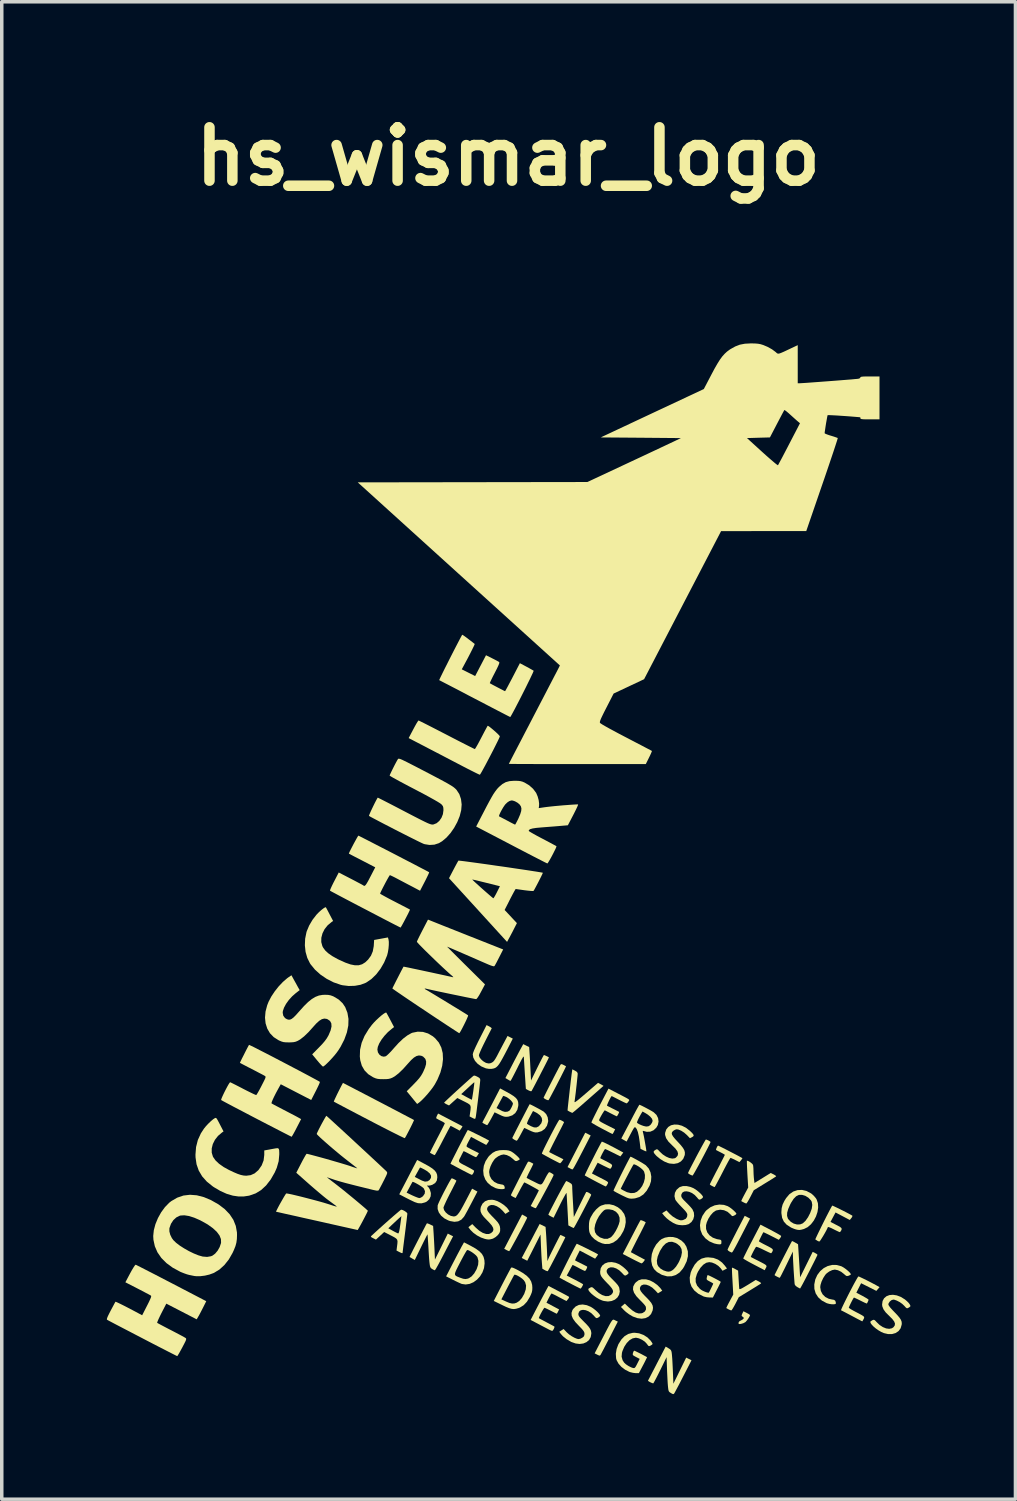
<source format=kicad_pcb>
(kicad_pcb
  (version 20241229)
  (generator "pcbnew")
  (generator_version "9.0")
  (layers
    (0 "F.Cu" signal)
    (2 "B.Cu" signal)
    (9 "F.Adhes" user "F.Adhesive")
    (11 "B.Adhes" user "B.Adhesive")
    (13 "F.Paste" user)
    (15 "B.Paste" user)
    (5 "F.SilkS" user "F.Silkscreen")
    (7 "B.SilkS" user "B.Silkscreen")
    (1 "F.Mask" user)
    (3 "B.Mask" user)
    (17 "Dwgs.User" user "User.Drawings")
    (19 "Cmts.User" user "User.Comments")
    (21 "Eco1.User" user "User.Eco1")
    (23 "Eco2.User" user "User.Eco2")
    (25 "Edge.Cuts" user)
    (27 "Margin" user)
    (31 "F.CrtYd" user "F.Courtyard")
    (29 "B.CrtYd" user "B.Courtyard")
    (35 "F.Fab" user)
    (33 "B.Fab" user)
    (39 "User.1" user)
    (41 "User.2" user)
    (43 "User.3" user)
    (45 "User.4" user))
  (footprint "hs_wismar_logo"
    (layer "F.Cu")
    (at 11.457 21.738)
    (property "Reference" "hs_wismar_logo" (at 0 -20.32 0) (layer "F.SilkS") (effects (font (size 1.524 1.524) (thickness 0.3))))
    (attr board_only exclude_from_pos_files exclude_from_bom)
    (fp_poly (pts (xy 2.278 7.586) (xy 2.355 7.626) (xy 2.138 8.048) (xy 2.057 8.203) (xy 1.993 8.327) (xy 1.942 8.423) (xy 1.903 8.494) (xy 1.875 8.543) (xy 1.855 8.575) (xy 1.841 8.591) (xy 1.832 8.596) (xy 1.831 8.596) (xy 1.807 8.587) (xy 1.764 8.566) (xy 1.756 8.561) (xy 1.694 8.528) (xy 2.2 7.547)) (stroke (width 0) (type solid)) (fill yes) (layer "F.SilkS"))
    (fp_poly (pts (xy 0.472 9.922) (xy 0.516 9.948) (xy 0.54 9.97) (xy 0.541 9.976) (xy 0.524 10.014) (xy 0.492 10.077) (xy 0.45 10.161) (xy 0.399 10.259) (xy 0.342 10.366) (xy 0.283 10.477) (xy 0.224 10.587) (xy 0.167 10.69) (xy 0.117 10.781) (xy 0.076 10.855) (xy 0.046 10.906) (xy 0.03 10.928) (xy 0.029 10.929) (xy 0.000243 10.92) (xy -0.045 10.899) (xy -0.052 10.895) (xy -0.114 10.862) (xy 0.397 9.883)) (stroke (width 0) (type solid)) (fill yes) (layer "F.SilkS"))
    (fp_poly (pts (xy 3.028 12.89) (xy 3.049 12.901) (xy 3.058 12.906) (xy 3.13 12.94) (xy 2.894 13.399) (xy 2.83 13.523) (xy 2.771 13.636) (xy 2.72 13.735) (xy 2.678 13.813) (xy 2.65 13.866) (xy 2.637 13.889) (xy 2.62 13.908) (xy 2.597 13.908) (xy 2.557 13.891) (xy 2.542 13.883) (xy 2.468 13.846) (xy 2.698 13.402) (xy 2.775 13.252) (xy 2.837 13.133) (xy 2.886 13.041) (xy 2.923 12.974) (xy 2.952 12.928) (xy 2.974 12.9) (xy 2.993 12.886) (xy 3.01 12.884)) (stroke (width 0) (type solid)) (fill yes) (layer "F.SilkS"))
    (fp_poly (pts (xy 6.829 9.959) (xy 6.906 9.998) (xy 6.689 10.42) (xy 6.608 10.576) (xy 6.544 10.7) (xy 6.493 10.796) (xy 6.454 10.867) (xy 6.426 10.916) (xy 6.406 10.947) (xy 6.392 10.964) (xy 6.383 10.968) (xy 6.382 10.968) (xy 6.358 10.959) (xy 6.316 10.939) (xy 6.316 10.938) (xy 6.278 10.912) (xy 6.262 10.888) (xy 6.262 10.888) (xy 6.271 10.865) (xy 6.295 10.813) (xy 6.333 10.736) (xy 6.382 10.638) (xy 6.44 10.525) (xy 6.504 10.4) (xy 6.507 10.393) (xy 6.752 9.92)) (stroke (width 0) (type solid)) (fill yes) (layer "F.SilkS"))
    (fp_poly (pts (xy 6.81 12.692) (xy 6.862 12.721) (xy 6.896 12.744) (xy 6.904 12.754) (xy 6.892 12.789) (xy 6.863 12.84) (xy 6.824 12.895) (xy 6.786 12.94) (xy 6.768 12.956) (xy 6.714 12.985) (xy 6.65 13.004) (xy 6.646 13.005) (xy 6.599 13.01) (xy 6.578 13.001) (xy 6.574 12.977) (xy 6.592 12.938) (xy 6.631 12.914) (xy 6.68 12.888) (xy 6.714 12.861) (xy 6.727 12.835) (xy 6.709 12.812) (xy 6.696 12.803) (xy 6.669 12.782) (xy 6.664 12.759) (xy 6.68 12.72) (xy 6.685 12.709) (xy 6.716 12.644)) (stroke (width 0) (type solid)) (fill yes) (layer "F.SilkS"))
    (fp_poly (pts (xy 5.673 7.749) (xy 5.715 7.768) (xy 5.754 7.791) (xy 5.775 7.809) (xy 5.776 7.811) (xy 5.768 7.836) (xy 5.743 7.888) (xy 5.706 7.963) (xy 5.659 8.054) (xy 5.605 8.158) (xy 5.547 8.268) (xy 5.488 8.379) (xy 5.43 8.486) (xy 5.376 8.583) (xy 5.33 8.666) (xy 5.294 8.727) (xy 5.271 8.763) (xy 5.264 8.771) (xy 5.232 8.761) (xy 5.188 8.741) (xy 5.151 8.717) (xy 5.134 8.701) (xy 5.134 8.7) (xy 5.143 8.677) (xy 5.167 8.626) (xy 5.204 8.552) (xy 5.251 8.461) (xy 5.305 8.358) (xy 5.362 8.248) (xy 5.421 8.137) (xy 5.479 8.03) (xy 5.532 7.932) (xy 5.578 7.849) (xy 5.614 7.786) (xy 5.637 7.749) (xy 5.643 7.741)) (stroke (width 0) (type solid)) (fill yes) (layer "F.SilkS"))
    (fp_poly (pts (xy 1.543 5.595) (xy 1.578 5.612) (xy 1.622 5.635) (xy 1.648 5.649) (xy 1.65 5.651) (xy 1.644 5.669) (xy 1.622 5.716) (xy 1.587 5.787) (xy 1.542 5.876) (xy 1.491 5.978) (xy 1.434 6.088) (xy 1.377 6.2) (xy 1.32 6.309) (xy 1.267 6.409) (xy 1.221 6.496) (xy 1.185 6.563) (xy 1.16 6.606) (xy 1.151 6.619) (xy 1.126 6.617) (xy 1.083 6.601) (xy 1.075 6.597) (xy 1.033 6.572) (xy 1.012 6.551) (xy 1.011 6.549) (xy 1.02 6.528) (xy 1.044 6.479) (xy 1.08 6.406) (xy 1.125 6.316) (xy 1.177 6.213) (xy 1.234 6.103) (xy 1.291 5.991) (xy 1.346 5.884) (xy 1.397 5.787) (xy 1.44 5.704) (xy 1.474 5.642) (xy 1.494 5.607) (xy 1.495 5.604) (xy 1.513 5.59)) (stroke (width 0) (type solid)) (fill yes) (layer "F.SilkS"))
    (fp_poly (pts (xy 3.799 10.046) (xy 3.839 10.06) (xy 3.885 10.08) (xy 3.921 10.101) (xy 3.926 10.105) (xy 3.919 10.123) (xy 3.896 10.171) (xy 3.861 10.243) (xy 3.814 10.336) (xy 3.759 10.445) (xy 3.714 10.531) (xy 3.654 10.648) (xy 3.601 10.753) (xy 3.557 10.841) (xy 3.525 10.907) (xy 3.507 10.948) (xy 3.504 10.958) (xy 3.522 10.969) (xy 3.569 10.994) (xy 3.635 11.03) (xy 3.708 11.069) (xy 3.905 11.174) (xy 3.867 11.227) (xy 3.834 11.263) (xy 3.807 11.278) (xy 3.805 11.277) (xy 3.781 11.268) (xy 3.729 11.243) (xy 3.655 11.207) (xy 3.568 11.163) (xy 3.527 11.142) (xy 3.272 11.009) (xy 3.519 10.533) (xy 3.584 10.408) (xy 3.643 10.294) (xy 3.694 10.196) (xy 3.736 10.119) (xy 3.764 10.067) (xy 3.777 10.045) (xy 3.777 10.044)) (stroke (width 0) (type solid)) (fill yes) (layer "F.SilkS"))
    (fp_poly (pts (xy 6.838 8.349) (xy 6.879 8.369) (xy 6.925 8.4) (xy 6.965 8.434) (xy 6.988 8.464) (xy 6.99 8.468) (xy 6.996 8.508) (xy 7.001 8.572) (xy 7.003 8.645) (xy 7.006 8.733) (xy 7.012 8.823) (xy 7.018 8.882) (xy 7.031 8.983) (xy 7.263 8.84) (xy 7.494 8.697) (xy 7.579 8.738) (xy 7.624 8.765) (xy 7.648 8.786) (xy 7.648 8.794) (xy 7.627 8.809) (xy 7.578 8.84) (xy 7.508 8.885) (xy 7.42 8.939) (xy 7.322 8.999) (xy 7.011 9.19) (xy 6.914 9.379) (xy 6.873 9.456) (xy 6.837 9.517) (xy 6.81 9.557) (xy 6.797 9.568) (xy 6.768 9.559) (xy 6.723 9.538) (xy 6.72 9.536) (xy 6.678 9.514) (xy 6.655 9.5) (xy 6.654 9.499) (xy 6.66 9.481) (xy 6.681 9.435) (xy 6.714 9.37) (xy 6.75 9.302) (xy 6.852 9.112) (xy 6.829 8.734) (xy 6.823 8.618) (xy 6.818 8.514) (xy 6.815 8.431) (xy 6.814 8.374) (xy 6.815 8.349) (xy 6.815 8.348)) (stroke (width 0) (type solid)) (fill yes) (layer "F.SilkS"))
    (fp_poly (pts (xy 1.492 7.185) (xy 1.533 7.204) (xy 1.573 7.227) (xy 1.594 7.245) (xy 1.595 7.248) (xy 1.586 7.267) (xy 1.562 7.317) (xy 1.525 7.391) (xy 1.477 7.485) (xy 1.421 7.594) (xy 1.379 7.676) (xy 1.319 7.792) (xy 1.266 7.897) (xy 1.223 7.984) (xy 1.191 8.05) (xy 1.173 8.09) (xy 1.17 8.099) (xy 1.189 8.11) (xy 1.236 8.134) (xy 1.303 8.169) (xy 1.377 8.206) (xy 1.577 8.306) (xy 1.536 8.364) (xy 1.506 8.401) (xy 1.484 8.42) (xy 1.482 8.421) (xy 1.461 8.412) (xy 1.412 8.388) (xy 1.342 8.352) (xy 1.257 8.308) (xy 1.221 8.289) (xy 1.132 8.241) (xy 1.056 8.199) (xy 0.998 8.167) (xy 0.966 8.148) (xy 0.962 8.145) (xy 0.967 8.125) (xy 0.988 8.076) (xy 1.021 8.004) (xy 1.065 7.914) (xy 1.117 7.811) (xy 1.173 7.701) (xy 1.231 7.588) (xy 1.288 7.48) (xy 1.341 7.38) (xy 1.388 7.295) (xy 1.426 7.229) (xy 1.452 7.188) (xy 1.462 7.177)) (stroke (width 0) (type solid)) (fill yes) (layer "F.SilkS"))
    (fp_poly (pts (xy 6.409 11.404) (xy 6.451 11.423) (xy 6.48 11.439) (xy 6.564 11.485) (xy 6.578 11.728) (xy 6.584 11.824) (xy 6.589 11.907) (xy 6.594 11.97) (xy 6.597 12.003) (xy 6.597 12.004) (xy 6.606 12.013) (xy 6.629 12.009) (xy 6.671 11.99) (xy 6.736 11.953) (xy 6.83 11.897) (xy 6.835 11.894) (xy 7.066 11.751) (xy 7.151 11.792) (xy 7.196 11.818) (xy 7.219 11.841) (xy 7.219 11.849) (xy 7.198 11.864) (xy 7.149 11.895) (xy 7.078 11.94) (xy 6.99 11.994) (xy 6.893 12.054) (xy 6.583 12.243) (xy 6.486 12.433) (xy 6.445 12.509) (xy 6.409 12.571) (xy 6.382 12.61) (xy 6.369 12.621) (xy 6.34 12.612) (xy 6.295 12.592) (xy 6.292 12.59) (xy 6.25 12.567) (xy 6.228 12.554) (xy 6.227 12.553) (xy 6.233 12.535) (xy 6.254 12.49) (xy 6.287 12.425) (xy 6.323 12.358) (xy 6.425 12.168) (xy 6.404 11.787) (xy 6.397 11.67) (xy 6.392 11.567) (xy 6.389 11.483) (xy 6.388 11.426) (xy 6.389 11.401) (xy 6.389 11.4)) (stroke (width 0) (type solid)) (fill yes) (layer "F.SilkS"))
    (fp_poly (pts (xy 6.16 9.608) (xy 6.266 9.644) (xy 6.321 9.676) (xy 6.381 9.72) (xy 6.438 9.769) (xy 6.485 9.815) (xy 6.512 9.851) (xy 6.515 9.862) (xy 6.5 9.882) (xy 6.462 9.907) (xy 6.456 9.909) (xy 6.417 9.927) (xy 6.391 9.925) (xy 6.362 9.898) (xy 6.347 9.88) (xy 6.262 9.805) (xy 6.161 9.76) (xy 6.053 9.745) (xy 5.948 9.764) (xy 5.92 9.775) (xy 5.848 9.826) (xy 5.778 9.905) (xy 5.716 10.001) (xy 5.67 10.104) (xy 5.648 10.187) (xy 5.649 10.296) (xy 5.684 10.395) (xy 5.75 10.479) (xy 5.842 10.544) (xy 5.957 10.585) (xy 6 10.593) (xy 6.054 10.602) (xy 6.079 10.617) (xy 6.087 10.646) (xy 6.087 10.67) (xy 6.084 10.715) (xy 6.066 10.732) (xy 6.024 10.734) (xy 5.966 10.728) (xy 5.895 10.712) (xy 5.871 10.705) (xy 5.741 10.648) (xy 5.63 10.564) (xy 5.545 10.46) (xy 5.537 10.446) (xy 5.489 10.323) (xy 5.475 10.191) (xy 5.494 10.055) (xy 5.544 9.923) (xy 5.624 9.802) (xy 5.664 9.758) (xy 5.773 9.675) (xy 5.897 9.62) (xy 6.029 9.598)) (stroke (width 0) (type solid)) (fill yes) (layer "F.SilkS"))
    (fp_poly (pts (xy 9.377 11.323) (xy 9.507 11.359) (xy 9.523 11.366) (xy 9.581 11.399) (xy 9.644 11.444) (xy 9.704 11.494) (xy 9.752 11.541) (xy 9.779 11.578) (xy 9.783 11.59) (xy 9.766 11.607) (xy 9.726 11.627) (xy 9.721 11.629) (xy 9.681 11.639) (xy 9.65 11.634) (xy 9.615 11.607) (xy 9.589 11.583) (xy 9.505 11.517) (xy 9.413 11.473) (xy 9.326 11.455) (xy 9.323 11.455) (xy 9.249 11.47) (xy 9.167 11.508) (xy 9.093 11.561) (xy 9.054 11.602) (xy 8.994 11.695) (xy 8.946 11.796) (xy 8.916 11.893) (xy 8.908 11.957) (xy 8.926 12.065) (xy 8.976 12.161) (xy 9.053 12.237) (xy 9.152 12.288) (xy 9.237 12.307) (xy 9.303 12.319) (xy 9.339 12.347) (xy 9.353 12.396) (xy 9.355 12.423) (xy 9.338 12.439) (xy 9.293 12.446) (xy 9.232 12.444) (xy 9.165 12.434) (xy 9.101 12.416) (xy 9.09 12.412) (xy 8.954 12.339) (xy 8.849 12.245) (xy 8.778 12.134) (xy 8.741 12.007) (xy 8.738 11.881) (xy 8.767 11.736) (xy 8.825 11.608) (xy 8.907 11.499) (xy 9.008 11.413) (xy 9.123 11.353) (xy 9.247 11.322)) (stroke (width 0) (type solid)) (fill yes) (layer "F.SilkS"))
    (fp_poly (pts (xy -1.657 7.179) (xy -1.552 7.234) (xy -1.459 7.282) (xy -1.383 7.322) (xy -1.331 7.349) (xy -1.307 7.363) (xy -1.306 7.363) (xy -1.311 7.381) (xy -1.334 7.418) (xy -1.342 7.429) (xy -1.385 7.489) (xy -1.51 7.42) (xy -1.572 7.387) (xy -1.619 7.363) (xy -1.642 7.352) (xy -1.643 7.352) (xy -1.654 7.368) (xy -1.68 7.415) (xy -1.719 7.486) (xy -1.767 7.578) (xy -1.824 7.686) (xy -1.868 7.77) (xy -1.928 7.886) (xy -1.983 7.99) (xy -2.03 8.076) (xy -2.067 8.141) (xy -2.09 8.179) (xy -2.097 8.187) (xy -2.122 8.178) (xy -2.164 8.158) (xy -2.169 8.155) (xy -2.21 8.133) (xy -2.232 8.12) (xy -2.233 8.12) (xy -2.226 8.102) (xy -2.203 8.054) (xy -2.167 7.982) (xy -2.12 7.89) (xy -2.064 7.782) (xy -2.024 7.704) (xy -1.963 7.588) (xy -1.91 7.484) (xy -1.865 7.396) (xy -1.832 7.329) (xy -1.812 7.288) (xy -1.809 7.278) (xy -1.825 7.262) (xy -1.867 7.236) (xy -1.927 7.205) (xy -1.988 7.174) (xy -2.034 7.149) (xy -2.054 7.134) (xy -2.052 7.109) (xy -2.035 7.066) (xy -2.032 7.06) (xy -2.001 7)) (stroke (width 0) (type solid)) (fill yes) (layer "F.SilkS"))
    (fp_poly (pts (xy 4.577 13.701) (xy 4.623 13.731) (xy 4.649 13.761) (xy 4.664 13.804) (xy 4.672 13.862) (xy 4.677 13.917) (xy 4.684 14.004) (xy 4.69 14.111) (xy 4.696 14.232) (xy 4.701 14.343) (xy 4.716 14.713) (xy 4.899 14.34) (xy 5.082 13.967) (xy 5.233 14.044) (xy 4.996 14.505) (xy 4.932 14.629) (xy 4.874 14.742) (xy 4.822 14.839) (xy 4.781 14.916) (xy 4.753 14.968) (xy 4.74 14.99) (xy 4.723 15.008) (xy 4.702 15.009) (xy 4.667 14.992) (xy 4.636 14.973) (xy 4.605 14.952) (xy 4.586 14.928) (xy 4.574 14.892) (xy 4.566 14.834) (xy 4.56 14.776) (xy 4.554 14.7) (xy 4.548 14.596) (xy 4.542 14.476) (xy 4.536 14.35) (xy 4.534 14.285) (xy 4.522 13.954) (xy 4.339 14.329) (xy 4.284 14.439) (xy 4.234 14.537) (xy 4.192 14.616) (xy 4.161 14.673) (xy 4.143 14.701) (xy 4.14 14.703) (xy 4.111 14.695) (xy 4.069 14.677) (xy 4.026 14.654) (xy 3.997 14.635) (xy 3.991 14.627) (xy 4.001 14.607) (xy 4.027 14.558) (xy 4.066 14.483) (xy 4.115 14.387) (xy 4.174 14.274) (xy 4.238 14.15) (xy 4.246 14.134) (xy 4.496 13.653)) (stroke (width 0) (type solid)) (fill yes) (layer "F.SilkS"))
    (fp_poly (pts (xy -4.698 6.135) (xy -4.649 6.16) (xy -4.574 6.199) (xy -4.475 6.25) (xy -4.357 6.312) (xy -4.222 6.382) (xy -4.076 6.458) (xy -3.92 6.539) (xy -3.76 6.623) (xy -3.598 6.707) (xy -3.438 6.791) (xy -3.285 6.871) (xy -3.141 6.946) (xy -3.011 7.015) (xy -2.898 7.074) (xy -2.805 7.123) (xy -2.738 7.158) (xy -2.698 7.18) (xy -2.689 7.185) (xy -2.694 7.204) (xy -2.715 7.249) (xy -2.746 7.315) (xy -2.784 7.392) (xy -2.826 7.474) (xy -2.867 7.553) (xy -2.904 7.623) (xy -2.933 7.675) (xy -2.951 7.702) (xy -2.953 7.703) (xy -2.972 7.696) (xy -3.022 7.673) (xy -3.101 7.635) (xy -3.205 7.583) (xy -3.331 7.52) (xy -3.476 7.446) (xy -3.638 7.363) (xy -3.812 7.273) (xy -3.966 7.192) (xy -4.149 7.097) (xy -4.321 7.007) (xy -4.48 6.923) (xy -4.622 6.849) (xy -4.745 6.784) (xy -4.845 6.731) (xy -4.919 6.692) (xy -4.964 6.667) (xy -4.978 6.659) (xy -4.972 6.641) (xy -4.952 6.595) (xy -4.921 6.529) (xy -4.884 6.451) (xy -4.843 6.368) (xy -4.802 6.287) (xy -4.765 6.215) (xy -4.736 6.161) (xy -4.719 6.13) (xy -4.715 6.126)) (stroke (width 0) (type solid)) (fill yes) (layer "F.SilkS"))
    (fp_poly (pts (xy -0.055 8.045) (xy 0.012 8.055) (xy 0.068 8.074) (xy 0.093 8.087) (xy 0.143 8.119) (xy 0.2 8.164) (xy 0.256 8.213) (xy 0.301 8.259) (xy 0.327 8.294) (xy 0.331 8.305) (xy 0.315 8.321) (xy 0.276 8.342) (xy 0.271 8.344) (xy 0.234 8.357) (xy 0.206 8.353) (xy 0.172 8.329) (xy 0.14 8.299) (xy 0.054 8.231) (xy -0.039 8.186) (xy -0.126 8.168) (xy -0.129 8.168) (xy -0.203 8.183) (xy -0.285 8.221) (xy -0.359 8.274) (xy -0.398 8.315) (xy -0.458 8.408) (xy -0.506 8.51) (xy -0.536 8.606) (xy -0.544 8.67) (xy -0.526 8.779) (xy -0.476 8.874) (xy -0.399 8.95) (xy -0.3 9.001) (xy -0.215 9.02) (xy -0.149 9.032) (xy -0.113 9.06) (xy -0.099 9.11) (xy -0.098 9.136) (xy -0.115 9.151) (xy -0.159 9.158) (xy -0.22 9.157) (xy -0.287 9.149) (xy -0.35 9.132) (xy -0.355 9.131) (xy -0.483 9.066) (xy -0.588 8.975) (xy -0.652 8.885) (xy -0.7 8.761) (xy -0.713 8.627) (xy -0.695 8.49) (xy -0.645 8.358) (xy -0.566 8.237) (xy -0.534 8.201) (xy -0.445 8.122) (xy -0.354 8.073) (xy -0.248 8.048) (xy -0.146 8.043)) (stroke (width 0) (type solid)) (fill yes) (layer "F.SilkS"))
    (fp_poly (pts (xy 1.067 10.236) (xy 1.081 10.423) (xy 1.087 10.512) (xy 1.093 10.628) (xy 1.1 10.755) (xy 1.106 10.881) (xy 1.107 10.911) (xy 1.12 11.212) (xy 1.157 11.125) (xy 1.174 11.087) (xy 1.204 11.025) (xy 1.243 10.946) (xy 1.289 10.855) (xy 1.336 10.761) (xy 1.383 10.669) (xy 1.425 10.587) (xy 1.459 10.521) (xy 1.482 10.479) (xy 1.489 10.467) (xy 1.507 10.471) (xy 1.544 10.487) (xy 1.587 10.508) (xy 1.622 10.526) (xy 1.631 10.532) (xy 1.623 10.55) (xy 1.601 10.597) (xy 1.566 10.667) (xy 1.521 10.756) (xy 1.469 10.858) (xy 1.413 10.967) (xy 1.355 11.079) (xy 1.298 11.188) (xy 1.246 11.288) (xy 1.2 11.375) (xy 1.163 11.442) (xy 1.139 11.485) (xy 1.131 11.498) (xy 1.108 11.498) (xy 1.065 11.481) (xy 1.047 11.471) (xy 0.976 11.43) (xy 0.962 11.253) (xy 0.956 11.169) (xy 0.949 11.058) (xy 0.943 10.933) (xy 0.937 10.806) (xy 0.935 10.765) (xy 0.923 10.454) (xy 0.734 10.828) (xy 0.544 11.203) (xy 0.466 11.163) (xy 0.387 11.123) (xy 0.492 10.924) (xy 0.54 10.834) (xy 0.599 10.721) (xy 0.664 10.599) (xy 0.727 10.479) (xy 0.747 10.44) (xy 0.897 10.154)) (stroke (width 0) (type solid)) (fill yes) (layer "F.SilkS"))
    (fp_poly (pts (xy 4.705 10.525) (xy 4.813 10.552) (xy 4.834 10.561) (xy 4.945 10.626) (xy 5.027 10.703) (xy 5.086 10.798) (xy 5.088 10.803) (xy 5.129 10.934) (xy 5.131 11.072) (xy 5.096 11.218) (xy 5.022 11.371) (xy 4.985 11.43) (xy 4.894 11.537) (xy 4.786 11.609) (xy 4.666 11.646) (xy 4.537 11.647) (xy 4.402 11.61) (xy 4.366 11.594) (xy 4.247 11.523) (xy 4.163 11.44) (xy 4.11 11.338) (xy 4.086 11.215) (xy 4.086 11.199) (xy 4.244 11.199) (xy 4.254 11.298) (xy 4.282 11.358) (xy 4.345 11.424) (xy 4.432 11.477) (xy 4.525 11.508) (xy 4.575 11.514) (xy 4.629 11.506) (xy 4.68 11.48) (xy 4.729 11.441) (xy 4.793 11.368) (xy 4.857 11.267) (xy 4.885 11.213) (xy 4.939 11.079) (xy 4.96 10.966) (xy 4.949 10.87) (xy 4.905 10.789) (xy 4.827 10.722) (xy 4.779 10.694) (xy 4.68 10.661) (xy 4.586 10.666) (xy 4.499 10.709) (xy 4.417 10.79) (xy 4.341 10.91) (xy 4.325 10.941) (xy 4.268 11.08) (xy 4.244 11.199) (xy 4.086 11.199) (xy 4.084 11.155) (xy 4.101 11.01) (xy 4.15 10.868) (xy 4.224 10.739) (xy 4.32 10.631) (xy 4.379 10.585) (xy 4.474 10.543) (xy 4.588 10.522)) (stroke (width 0) (type solid)) (fill yes) (layer "F.SilkS"))
    (fp_poly (pts (xy 9.27 9.634) (xy 9.315 9.655) (xy 9.381 9.686) (xy 9.461 9.725) (xy 9.547 9.768) (xy 9.632 9.811) (xy 9.71 9.852) (xy 9.773 9.886) (xy 9.814 9.909) (xy 9.826 9.917) (xy 9.824 9.939) (xy 9.803 9.976) (xy 9.796 9.984) (xy 9.752 10.039) (xy 9.345 9.824) (xy 9.273 9.959) (xy 9.201 10.094) (xy 9.331 10.161) (xy 9.419 10.206) (xy 9.476 10.239) (xy 9.508 10.265) (xy 9.52 10.288) (xy 9.517 10.313) (xy 9.509 10.333) (xy 9.486 10.37) (xy 9.467 10.386) (xy 9.442 10.377) (xy 9.392 10.354) (xy 9.326 10.322) (xy 9.291 10.304) (xy 9.222 10.27) (xy 9.166 10.247) (xy 9.133 10.239) (xy 9.127 10.241) (xy 9.108 10.284) (xy 9.077 10.346) (xy 9.037 10.418) (xy 8.994 10.492) (xy 8.952 10.56) (xy 8.917 10.615) (xy 8.892 10.647) (xy 8.885 10.653) (xy 8.85 10.645) (xy 8.822 10.629) (xy 8.786 10.605) (xy 8.768 10.595) (xy 8.773 10.578) (xy 8.794 10.531) (xy 8.827 10.461) (xy 8.87 10.372) (xy 8.92 10.27) (xy 8.974 10.16) (xy 9.03 10.048) (xy 9.085 9.939) (xy 9.137 9.838) (xy 9.182 9.751) (xy 9.219 9.683) (xy 9.243 9.64) (xy 9.252 9.628)) (stroke (width 0) (type solid)) (fill yes) (layer "F.SilkS"))
    (fp_poly (pts (xy -1.583 8.857) (xy -1.541 8.876) (xy -1.502 8.898) (xy -1.479 8.916) (xy -1.478 8.918) (xy -1.487 8.938) (xy -1.51 8.987) (xy -1.547 9.059) (xy -1.593 9.151) (xy -1.647 9.256) (xy -1.663 9.286) (xy -1.719 9.397) (xy -1.768 9.497) (xy -1.807 9.583) (xy -1.835 9.648) (xy -1.847 9.685) (xy -1.848 9.689) (xy -1.83 9.757) (xy -1.783 9.823) (xy -1.716 9.881) (xy -1.637 9.922) (xy -1.557 9.938) (xy -1.552 9.938) (xy -1.515 9.933) (xy -1.479 9.915) (xy -1.441 9.88) (xy -1.398 9.825) (xy -1.348 9.746) (xy -1.288 9.638) (xy -1.216 9.502) (xy -1.03 9.145) (xy -0.954 9.186) (xy -0.878 9.228) (xy -1.045 9.549) (xy -1.102 9.657) (xy -1.156 9.759) (xy -1.204 9.846) (xy -1.241 9.913) (xy -1.263 9.948) (xy -1.337 10.03) (xy -1.428 10.078) (xy -1.536 10.091) (xy -1.66 10.069) (xy -1.71 10.051) (xy -1.824 9.992) (xy -1.915 9.915) (xy -1.98 9.824) (xy -2.014 9.726) (xy -2.013 9.626) (xy -2.012 9.621) (xy -1.999 9.584) (xy -1.972 9.522) (xy -1.934 9.442) (xy -1.888 9.349) (xy -1.838 9.249) (xy -1.785 9.149) (xy -1.735 9.054) (xy -1.689 8.97) (xy -1.651 8.904) (xy -1.624 8.862) (xy -1.612 8.849)) (stroke (width 0) (type solid)) (fill yes) (layer "F.SilkS"))
    (fp_poly (pts (xy -0.54 4.514) (xy -0.496 4.541) (xy -0.472 4.562) (xy -0.47 4.568) (xy -0.481 4.589) (xy -0.506 4.639) (xy -0.544 4.713) (xy -0.591 4.805) (xy -0.644 4.91) (xy -0.656 4.934) (xy -0.711 5.044) (xy -0.76 5.146) (xy -0.798 5.232) (xy -0.825 5.298) (xy -0.836 5.336) (xy -0.836 5.339) (xy -0.82 5.392) (xy -0.777 5.45) (xy -0.717 5.505) (xy -0.65 5.546) (xy -0.613 5.56) (xy -0.552 5.571) (xy -0.502 5.562) (xy -0.468 5.547) (xy -0.434 5.526) (xy -0.402 5.492) (xy -0.367 5.44) (xy -0.323 5.363) (xy -0.295 5.309) (xy -0.242 5.207) (xy -0.184 5.098) (xy -0.131 4.997) (xy -0.103 4.945) (xy -0.018 4.785) (xy 0.057 4.823) (xy 0.132 4.861) (xy -0.005 5.129) (xy -0.086 5.285) (xy -0.153 5.41) (xy -0.208 5.508) (xy -0.254 5.582) (xy -0.295 5.636) (xy -0.333 5.673) (xy -0.37 5.698) (xy -0.411 5.713) (xy -0.457 5.722) (xy -0.476 5.725) (xy -0.551 5.725) (xy -0.632 5.711) (xy -0.644 5.707) (xy -0.766 5.655) (xy -0.868 5.584) (xy -0.947 5.497) (xy -0.996 5.403) (xy -1.011 5.314) (xy -1.002 5.27) (xy -0.974 5.196) (xy -0.927 5.092) (xy -0.861 4.955) (xy -0.814 4.862) (xy -0.617 4.475)) (stroke (width 0) (type solid)) (fill yes) (layer "F.SilkS"))
    (fp_poly (pts (xy 1.908 5.777) (xy 1.96 5.81) (xy 1.981 5.844) (xy 1.984 5.864) (xy 1.982 5.902) (xy 1.975 5.97) (xy 1.966 6.06) (xy 1.955 6.166) (xy 1.942 6.278) (xy 1.93 6.389) (xy 1.917 6.491) (xy 1.906 6.576) (xy 1.898 6.636) (xy 1.894 6.658) (xy 1.894 6.672) (xy 1.904 6.675) (xy 1.927 6.663) (xy 1.967 6.634) (xy 2.026 6.587) (xy 2.108 6.518) (xy 2.215 6.426) (xy 2.224 6.419) (xy 2.565 6.124) (xy 2.646 6.166) (xy 2.692 6.191) (xy 2.718 6.208) (xy 2.72 6.213) (xy 2.704 6.226) (xy 2.663 6.263) (xy 2.6 6.318) (xy 2.518 6.39) (xy 2.422 6.474) (xy 2.315 6.568) (xy 2.279 6.6) (xy 2.169 6.696) (xy 2.069 6.784) (xy 1.981 6.859) (xy 1.911 6.919) (xy 1.86 6.96) (xy 1.834 6.98) (xy 1.832 6.981) (xy 1.807 6.972) (xy 1.765 6.952) (xy 1.76 6.95) (xy 1.719 6.927) (xy 1.696 6.914) (xy 1.696 6.913) (xy 1.696 6.894) (xy 1.701 6.842) (xy 1.709 6.763) (xy 1.72 6.662) (xy 1.733 6.547) (xy 1.747 6.423) (xy 1.761 6.295) (xy 1.776 6.17) (xy 1.789 6.053) (xy 1.802 5.951) (xy 1.812 5.868) (xy 1.82 5.812) (xy 1.82 5.811) (xy 1.831 5.738)) (stroke (width 0) (type solid)) (fill yes) (layer "F.SilkS"))
    (fp_poly (pts (xy 0.134 11.402) (xy 0.19 11.426) (xy 0.273 11.468) (xy 0.276 11.469) (xy 0.42 11.552) (xy 0.529 11.631) (xy 0.607 11.711) (xy 0.657 11.797) (xy 0.684 11.892) (xy 0.69 11.972) (xy 0.687 12.041) (xy 0.675 12.102) (xy 0.649 12.17) (xy 0.617 12.238) (xy 0.536 12.372) (xy 0.443 12.471) (xy 0.335 12.538) (xy 0.296 12.553) (xy 0.226 12.573) (xy 0.163 12.582) (xy 0.099 12.576) (xy 0.025 12.555) (xy -0.065 12.518) (xy -0.174 12.466) (xy -0.411 12.35) (xy -0.388 12.305) (xy -0.195 12.305) (xy -0.063 12.366) (xy 0.033 12.406) (xy 0.108 12.424) (xy 0.175 12.422) (xy 0.24 12.401) (xy 0.316 12.351) (xy 0.389 12.268) (xy 0.452 12.16) (xy 0.459 12.146) (xy 0.502 12.02) (xy 0.511 11.91) (xy 0.484 11.815) (xy 0.444 11.756) (xy 0.398 11.713) (xy 0.34 11.671) (xy 0.279 11.634) (xy 0.225 11.609) (xy 0.186 11.6) (xy 0.175 11.604) (xy 0.161 11.626) (xy 0.133 11.677) (xy 0.094 11.751) (xy 0.045 11.843) (xy -0.01 11.947) (xy -0.018 11.963) (xy -0.195 12.305) (xy -0.388 12.305) (xy -0.174 11.888) (xy -0.11 11.764) (xy -0.051 11.651) (xy 0.001 11.553) (xy 0.042 11.476) (xy 0.07 11.424) (xy 0.083 11.402) (xy 0.1 11.394)) (stroke (width 0) (type solid)) (fill yes) (layer "F.SilkS"))
    (fp_poly (pts (xy 6.012 7.924) (xy 6.061 7.948) (xy 6.13 7.982) (xy 6.215 8.025) (xy 6.308 8.073) (xy 6.404 8.123) (xy 6.495 8.17) (xy 6.575 8.212) (xy 6.637 8.246) (xy 6.676 8.268) (xy 6.686 8.274) (xy 6.679 8.291) (xy 6.653 8.326) (xy 6.647 8.334) (xy 6.601 8.387) (xy 6.481 8.326) (xy 6.419 8.296) (xy 6.37 8.274) (xy 6.346 8.266) (xy 6.346 8.266) (xy 6.333 8.283) (xy 6.305 8.329) (xy 6.265 8.401) (xy 6.216 8.493) (xy 6.159 8.602) (xy 6.117 8.684) (xy 6.057 8.8) (xy 6.002 8.904) (xy 5.956 8.99) (xy 5.921 9.055) (xy 5.899 9.092) (xy 5.893 9.1) (xy 5.871 9.092) (xy 5.829 9.072) (xy 5.82 9.068) (xy 5.778 9.044) (xy 5.757 9.025) (xy 5.757 9.022) (xy 5.765 9.002) (xy 5.79 8.952) (xy 5.827 8.877) (xy 5.875 8.783) (xy 5.931 8.674) (xy 5.971 8.599) (xy 6.031 8.484) (xy 6.084 8.38) (xy 6.129 8.293) (xy 6.162 8.228) (xy 6.181 8.188) (xy 6.185 8.179) (xy 6.169 8.166) (xy 6.126 8.141) (xy 6.067 8.11) (xy 6.063 8.108) (xy 6.002 8.077) (xy 5.956 8.053) (xy 5.934 8.041) (xy 5.934 8.04) (xy 5.935 8.019) (xy 5.949 7.98) (xy 5.969 7.941) (xy 5.988 7.917) (xy 5.992 7.916)) (stroke (width 0) (type solid)) (fill yes) (layer "F.SilkS"))
    (fp_poly (pts (xy -1.064 10.779) (xy -0.926 10.857) (xy -0.823 10.932) (xy -0.749 11.008) (xy -0.703 11.091) (xy -0.679 11.185) (xy -0.673 11.28) (xy -0.69 11.412) (xy -0.735 11.536) (xy -0.803 11.648) (xy -0.89 11.742) (xy -0.99 11.815) (xy -1.1 11.863) (xy -1.213 11.88) (xy -1.323 11.865) (xy -1.359 11.85) (xy -1.421 11.822) (xy -1.499 11.785) (xy -1.571 11.749) (xy -1.772 11.648) (xy -1.734 11.576) (xy -1.52 11.576) (xy -1.515 11.609) (xy -1.493 11.633) (xy -1.455 11.654) (xy -1.399 11.676) (xy -1.371 11.687) (xy -1.286 11.716) (xy -1.219 11.725) (xy -1.157 11.714) (xy -1.122 11.701) (xy -1.044 11.649) (xy -0.969 11.563) (xy -0.903 11.447) (xy -0.898 11.436) (xy -0.858 11.317) (xy -0.85 11.206) (xy -0.875 11.109) (xy -0.886 11.089) (xy -0.919 11.049) (xy -0.971 11.004) (xy -1.032 10.96) (xy -1.093 10.923) (xy -1.143 10.9) (xy -1.172 10.897) (xy -1.188 10.917) (xy -1.218 10.966) (xy -1.26 11.039) (xy -1.309 11.13) (xy -1.364 11.234) (xy -1.371 11.248) (xy -1.434 11.37) (xy -1.479 11.461) (xy -1.508 11.528) (xy -1.52 11.576) (xy -1.734 11.576) (xy -1.574 11.265) (xy -1.512 11.146) (xy -1.453 11.032) (xy -1.399 10.931) (xy -1.355 10.848) (xy -1.325 10.79) (xy -1.318 10.779) (xy -1.261 10.677)) (stroke (width 0) (type solid)) (fill yes) (layer "F.SilkS"))
    (fp_poly (pts (xy 3.926 11.733) (xy 3.943 11.735) (xy 4.046 11.764) (xy 4.154 11.82) (xy 4.257 11.894) (xy 4.341 11.979) (xy 4.357 12.001) (xy 4.398 12.057) (xy 4.337 12.095) (xy 4.276 12.132) (xy 4.195 12.045) (xy 4.112 11.969) (xy 4.026 11.916) (xy 3.942 11.886) (xy 3.868 11.881) (xy 3.808 11.903) (xy 3.781 11.932) (xy 3.762 11.974) (xy 3.762 12.017) (xy 3.784 12.068) (xy 3.831 12.13) (xy 3.905 12.209) (xy 3.937 12.24) (xy 4.027 12.334) (xy 4.088 12.411) (xy 4.123 12.48) (xy 4.134 12.545) (xy 4.125 12.614) (xy 4.122 12.625) (xy 4.078 12.725) (xy 4.008 12.797) (xy 3.917 12.841) (xy 3.809 12.857) (xy 3.689 12.841) (xy 3.56 12.795) (xy 3.547 12.788) (xy 3.454 12.733) (xy 3.363 12.665) (xy 3.316 12.622) (xy 3.219 12.522) (xy 3.274 12.474) (xy 3.33 12.426) (xy 3.44 12.531) (xy 3.547 12.623) (xy 3.641 12.682) (xy 3.726 12.708) (xy 3.806 12.703) (xy 3.841 12.692) (xy 3.904 12.649) (xy 3.935 12.589) (xy 3.93 12.52) (xy 3.927 12.512) (xy 3.905 12.477) (xy 3.861 12.425) (xy 3.802 12.363) (xy 3.764 12.326) (xy 3.66 12.216) (xy 3.593 12.116) (xy 3.563 12.023) (xy 3.57 11.937) (xy 3.613 11.855) (xy 3.647 11.816) (xy 3.724 11.759) (xy 3.815 11.732)) (stroke (width 0) (type solid)) (fill yes) (layer "F.SilkS"))
    (fp_poly (pts (xy 8.121 10.646) (xy 8.162 10.666) (xy 8.192 10.683) (xy 8.275 10.732) (xy 8.305 11.203) (xy 8.334 11.675) (xy 8.692 10.95) (xy 8.761 10.982) (xy 8.805 11.007) (xy 8.828 11.029) (xy 8.83 11.033) (xy 8.821 11.054) (xy 8.797 11.103) (xy 8.762 11.176) (xy 8.716 11.267) (xy 8.664 11.369) (xy 8.609 11.478) (xy 8.552 11.588) (xy 8.498 11.693) (xy 8.449 11.787) (xy 8.407 11.866) (xy 8.376 11.922) (xy 8.364 11.944) (xy 8.333 11.996) (xy 8.261 11.958) (xy 8.209 11.922) (xy 8.181 11.882) (xy 8.18 11.878) (xy 8.175 11.843) (xy 8.17 11.776) (xy 8.163 11.685) (xy 8.156 11.579) (xy 8.148 11.464) (xy 8.142 11.348) (xy 8.136 11.239) (xy 8.131 11.144) (xy 8.129 11.071) (xy 8.128 11.047) (xy 8.127 10.94) (xy 7.945 11.314) (xy 7.891 11.425) (xy 7.842 11.522) (xy 7.802 11.602) (xy 7.772 11.658) (xy 7.755 11.686) (xy 7.752 11.689) (xy 7.726 11.681) (xy 7.684 11.661) (xy 7.64 11.638) (xy 7.61 11.618) (xy 7.604 11.611) (xy 7.613 11.592) (xy 7.637 11.544) (xy 7.673 11.472) (xy 7.718 11.382) (xy 7.771 11.279) (xy 7.827 11.169) (xy 7.885 11.056) (xy 7.941 10.947) (xy 7.993 10.847) (xy 8.038 10.761) (xy 8.073 10.694) (xy 8.096 10.652) (xy 8.103 10.641)) (stroke (width 0) (type solid)) (fill yes) (layer "F.SilkS"))
    (fp_poly (pts (xy 8.515 9.21) (xy 8.642 9.277) (xy 8.666 9.294) (xy 8.727 9.35) (xy 8.783 9.416) (xy 8.805 9.452) (xy 8.842 9.56) (xy 8.849 9.682) (xy 8.83 9.81) (xy 8.787 9.938) (xy 8.724 10.057) (xy 8.644 10.161) (xy 8.55 10.243) (xy 8.445 10.295) (xy 8.439 10.297) (xy 8.368 10.316) (xy 8.316 10.324) (xy 8.266 10.32) (xy 8.214 10.309) (xy 8.158 10.29) (xy 8.091 10.262) (xy 8.068 10.25) (xy 7.951 10.175) (xy 7.87 10.086) (xy 7.82 9.979) (xy 7.811 9.92) (xy 7.961 9.92) (xy 7.983 9.993) (xy 7.997 10.016) (xy 8.066 10.09) (xy 8.151 10.141) (xy 8.243 10.167) (xy 8.333 10.165) (xy 8.407 10.136) (xy 8.485 10.066) (xy 8.56 9.959) (xy 8.62 9.842) (xy 8.666 9.717) (xy 8.681 9.609) (xy 8.666 9.52) (xy 8.643 9.478) (xy 8.57 9.403) (xy 8.482 9.349) (xy 8.388 9.321) (xy 8.3 9.323) (xy 8.296 9.324) (xy 8.221 9.361) (xy 8.148 9.435) (xy 8.076 9.547) (xy 8.051 9.595) (xy 7.994 9.725) (xy 7.964 9.831) (xy 7.961 9.92) (xy 7.811 9.92) (xy 7.8 9.848) (xy 7.799 9.817) (xy 7.807 9.703) (xy 7.834 9.599) (xy 7.885 9.493) (xy 7.935 9.413) (xy 8.028 9.303) (xy 8.138 9.227) (xy 8.259 9.186) (xy 8.386 9.18)) (stroke (width 0) (type solid)) (fill yes) (layer "F.SilkS"))
    (fp_poly (pts (xy -2.301 10.137) (xy -2.258 10.153) (xy -2.228 10.167) (xy -2.143 10.208) (xy -2.129 10.412) (xy -2.123 10.513) (xy -2.116 10.636) (xy -2.109 10.768) (xy -2.103 10.891) (xy -2.103 10.893) (xy -2.091 11.17) (xy -1.724 10.427) (xy -1.649 10.466) (xy -1.573 10.504) (xy -1.762 10.868) (xy -1.85 11.038) (xy -1.922 11.175) (xy -1.98 11.284) (xy -2.025 11.365) (xy -2.057 11.422) (xy -2.08 11.457) (xy -2.094 11.473) (xy -2.097 11.475) (xy -2.121 11.465) (xy -2.163 11.443) (xy -2.171 11.437) (xy -2.192 11.424) (xy -2.208 11.409) (xy -2.221 11.388) (xy -2.232 11.357) (xy -2.24 11.311) (xy -2.248 11.245) (xy -2.256 11.156) (xy -2.264 11.039) (xy -2.273 10.889) (xy -2.277 10.813) (xy -2.284 10.7) (xy -2.291 10.6) (xy -2.296 10.521) (xy -2.301 10.469) (xy -2.303 10.449) (xy -2.313 10.464) (xy -2.337 10.509) (xy -2.372 10.579) (xy -2.417 10.669) (xy -2.469 10.775) (xy -2.487 10.812) (xy -2.666 11.181) (xy -2.738 11.14) (xy -2.783 11.113) (xy -2.812 11.097) (xy -2.816 11.095) (xy -2.808 11.078) (xy -2.786 11.032) (xy -2.75 10.962) (xy -2.706 10.873) (xy -2.654 10.772) (xy -2.598 10.663) (xy -2.54 10.551) (xy -2.484 10.443) (xy -2.432 10.343) (xy -2.387 10.257) (xy -2.352 10.189) (xy -2.328 10.147) (xy -2.321 10.134)) (stroke (width 0) (type solid)) (fill yes) (layer "F.SilkS"))
    (fp_poly (pts (xy -0.394 9.471) (xy -0.304 9.502) (xy -0.206 9.554) (xy -0.114 9.617) (xy -0.039 9.684) (xy -0.009 9.721) (xy 0.038 9.791) (xy -0.02 9.828) (xy -0.079 9.865) (xy -0.156 9.777) (xy -0.238 9.7) (xy -0.325 9.646) (xy -0.41 9.615) (xy -0.488 9.611) (xy -0.551 9.635) (xy -0.564 9.647) (xy -0.595 9.687) (xy -0.604 9.729) (xy -0.589 9.777) (xy -0.547 9.837) (xy -0.478 9.913) (xy -0.446 9.946) (xy -0.36 10.034) (xy -0.299 10.103) (xy -0.26 10.163) (xy -0.238 10.219) (xy -0.229 10.28) (xy -0.23 10.353) (xy -0.23 10.354) (xy -0.25 10.41) (xy -0.295 10.47) (xy -0.358 10.526) (xy -0.427 10.567) (xy -0.457 10.578) (xy -0.517 10.592) (xy -0.565 10.596) (xy -0.619 10.589) (xy -0.667 10.578) (xy -0.778 10.539) (xy -0.893 10.478) (xy -0.997 10.402) (xy -1.078 10.321) (xy -1.083 10.315) (xy -1.136 10.245) (xy -1.025 10.156) (xy -0.926 10.257) (xy -0.825 10.346) (xy -0.725 10.407) (xy -0.631 10.438) (xy -0.548 10.438) (xy -0.489 10.413) (xy -0.441 10.369) (xy -0.421 10.32) (xy -0.43 10.263) (xy -0.469 10.195) (xy -0.539 10.113) (xy -0.603 10.047) (xy -0.693 9.954) (xy -0.753 9.875) (xy -0.785 9.804) (xy -0.793 9.735) (xy -0.78 9.665) (xy -0.734 9.573) (xy -0.662 9.506) (xy -0.568 9.468) (xy -0.459 9.461)) (stroke (width 0) (type solid)) (fill yes) (layer "F.SilkS"))
    (fp_poly (pts (xy -0.062 6.373) (xy 0.063 6.443) (xy 0.156 6.502) (xy 0.222 6.557) (xy 0.263 6.611) (xy 0.284 6.67) (xy 0.29 6.738) (xy 0.288 6.78) (xy 0.261 6.893) (xy 0.204 6.985) (xy 0.12 7.051) (xy 0.013 7.087) (xy -0.012 7.091) (xy -0.067 7.094) (xy -0.117 7.087) (xy -0.176 7.066) (xy -0.247 7.033) (xy -0.388 6.965) (xy -0.487 7.149) (xy -0.528 7.223) (xy -0.564 7.283) (xy -0.589 7.321) (xy -0.599 7.331) (xy -0.624 7.323) (xy -0.667 7.302) (xy -0.671 7.3) (xy -0.712 7.277) (xy -0.735 7.263) (xy -0.736 7.263) (xy -0.731 7.244) (xy -0.711 7.202) (xy -0.685 7.153) (xy -0.659 7.105) (xy -0.619 7.029) (xy -0.568 6.932) (xy -0.522 6.844) (xy -0.333 6.844) (xy -0.278 6.872) (xy -0.22 6.903) (xy -0.165 6.932) (xy -0.092 6.953) (xy -0.017 6.946) (xy 0.035 6.919) (xy 0.062 6.885) (xy 0.092 6.831) (xy 0.119 6.772) (xy 0.135 6.725) (xy 0.136 6.715) (xy 0.121 6.679) (xy 0.083 6.631) (xy 0.03 6.582) (xy -0.028 6.541) (xy -0.058 6.525) (xy -0.106 6.506) (xy -0.138 6.497) (xy -0.143 6.498) (xy -0.155 6.517) (xy -0.18 6.563) (xy -0.216 6.628) (xy -0.241 6.675) (xy -0.333 6.844) (xy -0.522 6.844) (xy -0.51 6.821) (xy -0.448 6.703) (xy -0.429 6.666) (xy -0.231 6.283)) (stroke (width 0) (type solid)) (fill yes) (layer "F.SilkS"))
    (fp_poly (pts (xy 3.016 9.618) (xy 3.131 9.675) (xy 3.231 9.757) (xy 3.308 9.862) (xy 3.312 9.868) (xy 3.349 9.978) (xy 3.356 10.103) (xy 3.333 10.236) (xy 3.289 10.354) (xy 3.205 10.497) (xy 3.108 10.607) (xy 3.001 10.682) (xy 2.885 10.722) (xy 2.762 10.724) (xy 2.681 10.706) (xy 2.566 10.656) (xy 2.463 10.587) (xy 2.382 10.506) (xy 2.354 10.463) (xy 2.327 10.41) (xy 2.313 10.356) (xy 2.306 10.29) (xy 2.464 10.29) (xy 2.479 10.387) (xy 2.528 10.466) (xy 2.613 10.53) (xy 2.63 10.539) (xy 2.737 10.576) (xy 2.833 10.577) (xy 2.919 10.54) (xy 2.952 10.514) (xy 3.007 10.45) (xy 3.065 10.361) (xy 3.117 10.261) (xy 3.158 10.162) (xy 3.181 10.077) (xy 3.182 10.072) (xy 3.179 9.968) (xy 3.142 9.876) (xy 3.077 9.804) (xy 2.988 9.755) (xy 2.88 9.734) (xy 2.863 9.734) (xy 2.806 9.736) (xy 2.766 9.745) (xy 2.731 9.767) (xy 2.688 9.81) (xy 2.665 9.835) (xy 2.592 9.931) (xy 2.53 10.045) (xy 2.486 10.162) (xy 2.465 10.271) (xy 2.464 10.29) (xy 2.306 10.29) (xy 2.306 10.289) (xy 2.305 10.22) (xy 2.308 10.13) (xy 2.318 10.062) (xy 2.338 10) (xy 2.359 9.955) (xy 2.427 9.839) (xy 2.51 9.738) (xy 2.599 9.66) (xy 2.651 9.629) (xy 2.769 9.592) (xy 2.893 9.59)) (stroke (width 0) (type solid)) (fill yes) (layer "F.SilkS"))
    (fp_poly (pts (xy -5.204 1.112) (xy -5.194 1.131) (xy -5.169 1.177) (xy -5.134 1.243) (xy -5.099 1.311) (xy -4.998 1.503) (xy -5.042 1.533) (xy -5.153 1.626) (xy -5.241 1.736) (xy -5.301 1.856) (xy -5.334 1.981) (xy -5.336 2.105) (xy -5.305 2.22) (xy -5.284 2.261) (xy -5.222 2.346) (xy -5.135 2.426) (xy -5.019 2.507) (xy -4.87 2.59) (xy -4.815 2.617) (xy -4.645 2.693) (xy -4.499 2.744) (xy -4.375 2.768) (xy -4.266 2.767) (xy -4.17 2.739) (xy -4.081 2.684) (xy -3.999 2.606) (xy -3.917 2.494) (xy -3.865 2.37) (xy -3.838 2.223) (xy -3.836 2.194) (xy -3.827 2.045) (xy -3.63 2.009) (xy -3.433 1.973) (xy -3.416 2.032) (xy -3.407 2.098) (xy -3.408 2.188) (xy -3.417 2.291) (xy -3.433 2.392) (xy -3.455 2.48) (xy -3.458 2.49) (xy -3.541 2.688) (xy -3.646 2.869) (xy -3.768 3.028) (xy -3.904 3.16) (xy -4.049 3.259) (xy -4.068 3.269) (xy -4.213 3.324) (xy -4.378 3.354) (xy -4.552 3.359) (xy -4.726 3.338) (xy -4.778 3.326) (xy -4.982 3.256) (xy -5.177 3.157) (xy -5.357 3.035) (xy -5.514 2.894) (xy -5.641 2.739) (xy -5.66 2.709) (xy -5.735 2.557) (xy -5.784 2.384) (xy -5.804 2.199) (xy -5.796 2.01) (xy -5.759 1.826) (xy -5.75 1.796) (xy -5.681 1.632) (xy -5.585 1.469) (xy -5.471 1.322) (xy -5.404 1.253) (xy -5.336 1.192) (xy -5.276 1.145) (xy -5.23 1.116) (xy -5.205 1.111)) (stroke (width 0) (type solid)) (fill yes) (layer "F.SilkS"))
    (fp_poly (pts (xy 4.848 7.318) (xy 4.96 7.348) (xy 5.073 7.405) (xy 5.183 7.49) (xy 5.183 7.49) (xy 5.249 7.553) (xy 5.285 7.597) (xy 5.296 7.629) (xy 5.281 7.653) (xy 5.25 7.673) (xy 5.189 7.705) (xy 5.102 7.614) (xy 5.024 7.545) (xy 4.94 7.491) (xy 4.86 7.457) (xy 4.811 7.449) (xy 4.768 7.461) (xy 4.719 7.489) (xy 4.719 7.489) (xy 4.684 7.523) (xy 4.669 7.558) (xy 4.676 7.6) (xy 4.706 7.653) (xy 4.761 7.722) (xy 4.841 7.808) (xy 4.93 7.905) (xy 4.991 7.983) (xy 5.028 8.048) (xy 5.044 8.108) (xy 5.043 8.167) (xy 5.038 8.193) (xy 4.998 8.292) (xy 4.93 8.368) (xy 4.84 8.417) (xy 4.732 8.437) (xy 4.611 8.427) (xy 4.556 8.412) (xy 4.449 8.366) (xy 4.339 8.297) (xy 4.24 8.216) (xy 4.21 8.185) (xy 4.166 8.132) (xy 4.151 8.096) (xy 4.163 8.067) (xy 4.203 8.038) (xy 4.204 8.038) (xy 4.233 8.022) (xy 4.257 8.022) (xy 4.284 8.042) (xy 4.326 8.087) (xy 4.329 8.09) (xy 4.413 8.168) (xy 4.505 8.228) (xy 4.597 8.269) (xy 4.683 8.286) (xy 4.755 8.277) (xy 4.786 8.26) (xy 4.835 8.207) (xy 4.85 8.147) (xy 4.831 8.079) (xy 4.776 8.002) (xy 4.685 7.912) (xy 4.681 7.908) (xy 4.576 7.803) (xy 4.508 7.703) (xy 4.479 7.609) (xy 4.48 7.553) (xy 4.512 7.455) (xy 4.57 7.383) (xy 4.648 7.335) (xy 4.743 7.314)) (stroke (width 0) (type solid)) (fill yes) (layer "F.SilkS"))
    (fp_poly (pts (xy -2.54 -4.212) (xy -2.489 -4.187) (xy -2.41 -4.148) (xy -2.307 -4.096) (xy -2.184 -4.033) (xy -2.044 -3.961) (xy -1.891 -3.882) (xy -1.755 -3.812) (xy -1.593 -3.728) (xy -1.442 -3.65) (xy -1.305 -3.58) (xy -1.185 -3.519) (xy -1.086 -3.469) (xy -1.012 -3.432) (xy -0.966 -3.41) (xy -0.952 -3.404) (xy -0.939 -3.42) (xy -0.911 -3.466) (xy -0.871 -3.535) (xy -0.823 -3.624) (xy -0.77 -3.725) (xy -0.768 -3.729) (xy -0.714 -3.832) (xy -0.666 -3.924) (xy -0.626 -3.997) (xy -0.599 -4.048) (xy -0.585 -4.069) (xy -0.585 -4.07) (xy -0.567 -4.063) (xy -0.527 -4.036) (xy -0.474 -3.993) (xy -0.413 -3.942) (xy -0.352 -3.888) (xy -0.298 -3.838) (xy -0.258 -3.796) (xy -0.239 -3.77) (xy -0.238 -3.768) (xy -0.246 -3.745) (xy -0.269 -3.693) (xy -0.305 -3.618) (xy -0.352 -3.524) (xy -0.406 -3.416) (xy -0.466 -3.299) (xy -0.528 -3.18) (xy -0.59 -3.062) (xy -0.649 -2.95) (xy -0.703 -2.851) (xy -0.748 -2.769) (xy -0.783 -2.709) (xy -0.804 -2.676) (xy -0.808 -2.672) (xy -0.829 -2.679) (xy -0.881 -2.703) (xy -0.958 -2.741) (xy -1.058 -2.791) (xy -1.176 -2.851) (xy -1.309 -2.92) (xy -1.439 -2.988) (xy -1.604 -3.074) (xy -1.778 -3.165) (xy -1.952 -3.256) (xy -2.12 -3.343) (xy -2.272 -3.422) (xy -2.401 -3.49) (xy -2.446 -3.513) (xy -2.841 -3.718) (xy -2.709 -3.969) (xy -2.661 -4.058) (xy -2.619 -4.133) (xy -2.585 -4.188) (xy -2.564 -4.217) (xy -2.56 -4.22)) (stroke (width 0) (type solid)) (fill yes) (layer "F.SilkS"))
    (fp_poly (pts (xy 1.436 12.07) (xy 1.532 12.12) (xy 1.617 12.165) (xy 1.683 12.201) (xy 1.725 12.225) (xy 1.737 12.233) (xy 1.736 12.255) (xy 1.714 12.292) (xy 1.707 12.3) (xy 1.662 12.353) (xy 1.456 12.245) (xy 1.376 12.202) (xy 1.308 12.168) (xy 1.259 12.145) (xy 1.238 12.136) (xy 1.224 12.152) (xy 1.198 12.195) (xy 1.166 12.255) (xy 1.159 12.268) (xy 1.093 12.4) (xy 1.273 12.496) (xy 1.454 12.592) (xy 1.423 12.656) (xy 1.401 12.696) (xy 1.384 12.715) (xy 1.382 12.715) (xy 1.361 12.704) (xy 1.314 12.68) (xy 1.248 12.646) (xy 1.211 12.627) (xy 1.139 12.591) (xy 1.081 12.563) (xy 1.044 12.547) (xy 1.036 12.544) (xy 1.021 12.56) (xy 0.994 12.601) (xy 0.961 12.657) (xy 0.928 12.718) (xy 0.899 12.776) (xy 0.88 12.82) (xy 0.875 12.841) (xy 0.875 12.841) (xy 0.895 12.853) (xy 0.943 12.879) (xy 1.011 12.915) (xy 1.092 12.958) (xy 1.099 12.962) (xy 1.181 13.005) (xy 1.25 13.042) (xy 1.298 13.068) (xy 1.32 13.081) (xy 1.32 13.081) (xy 1.32 13.103) (xy 1.306 13.142) (xy 1.284 13.18) (xy 1.262 13.203) (xy 1.257 13.205) (xy 1.226 13.196) (xy 1.18 13.175) (xy 1.177 13.174) (xy 1.138 13.153) (xy 1.073 13.119) (xy 0.991 13.076) (xy 0.899 13.028) (xy 0.879 13.017) (xy 0.641 12.892) (xy 0.819 12.548) (xy 0.88 12.431) (xy 0.94 12.315) (xy 0.996 12.209) (xy 1.043 12.121) (xy 1.074 12.062) (xy 1.151 11.921)) (stroke (width 0) (type solid)) (fill yes) (layer "F.SilkS"))
    (fp_poly (pts (xy 2.244 12.471) (xy 2.357 12.518) (xy 2.422 12.559) (xy 2.489 12.611) (xy 2.55 12.666) (xy 2.597 12.718) (xy 2.623 12.758) (xy 2.626 12.769) (xy 2.61 12.796) (xy 2.572 12.824) (xy 2.57 12.825) (xy 2.538 12.839) (xy 2.514 12.839) (xy 2.487 12.817) (xy 2.446 12.771) (xy 2.445 12.769) (xy 2.371 12.697) (xy 2.291 12.645) (xy 2.211 12.614) (xy 2.136 12.604) (xy 2.073 12.616) (xy 2.027 12.651) (xy 2.005 12.708) (xy 2.003 12.73) (xy 2.01 12.764) (xy 2.032 12.803) (xy 2.076 12.854) (xy 2.143 12.923) (xy 2.233 13.013) (xy 2.297 13.085) (xy 2.338 13.145) (xy 2.362 13.199) (xy 2.372 13.254) (xy 2.373 13.282) (xy 2.356 13.382) (xy 2.309 13.464) (xy 2.237 13.525) (xy 2.146 13.564) (xy 2.04 13.578) (xy 1.925 13.564) (xy 1.805 13.522) (xy 1.797 13.518) (xy 1.668 13.442) (xy 1.563 13.358) (xy 1.498 13.285) (xy 1.459 13.229) (xy 1.521 13.19) (xy 1.582 13.151) (xy 1.671 13.245) (xy 1.736 13.303) (xy 1.814 13.357) (xy 1.895 13.402) (xy 1.967 13.431) (xy 2.009 13.439) (xy 2.06 13.428) (xy 2.114 13.401) (xy 2.156 13.367) (xy 2.166 13.351) (xy 2.179 13.303) (xy 2.176 13.259) (xy 2.154 13.211) (xy 2.109 13.154) (xy 2.038 13.08) (xy 2.021 13.063) (xy 1.918 12.953) (xy 1.849 12.857) (xy 1.813 12.771) (xy 1.808 12.692) (xy 1.833 12.615) (xy 1.852 12.583) (xy 1.926 12.508) (xy 2.019 12.463) (xy 2.126 12.451)) (stroke (width 0) (type solid)) (fill yes) (layer "F.SilkS"))
    (fp_poly (pts (xy 5.859 11.121) (xy 5.99 11.17) (xy 6.105 11.253) (xy 6.181 11.338) (xy 6.246 11.423) (xy 6.119 11.489) (xy 6.063 11.413) (xy 5.998 11.348) (xy 5.912 11.292) (xy 5.819 11.254) (xy 5.74 11.242) (xy 5.655 11.26) (xy 5.571 11.314) (xy 5.492 11.399) (xy 5.42 11.512) (xy 5.387 11.582) (xy 5.352 11.702) (xy 5.353 11.812) (xy 5.392 11.911) (xy 5.468 12) (xy 5.507 12.031) (xy 5.552 12.058) (xy 5.609 12.084) (xy 5.665 12.105) (xy 5.709 12.115) (xy 5.727 12.113) (xy 5.74 12.092) (xy 5.763 12.048) (xy 5.791 11.991) (xy 5.819 11.933) (xy 5.842 11.885) (xy 5.853 11.857) (xy 5.854 11.855) (xy 5.838 11.841) (xy 5.797 11.817) (xy 5.755 11.795) (xy 5.7 11.765) (xy 5.672 11.743) (xy 5.665 11.717) (xy 5.67 11.683) (xy 5.682 11.637) (xy 5.692 11.612) (xy 5.692 11.611) (xy 5.712 11.616) (xy 5.756 11.635) (xy 5.817 11.665) (xy 5.886 11.7) (xy 5.954 11.736) (xy 6.013 11.768) (xy 6.054 11.793) (xy 6.068 11.805) (xy 6.06 11.825) (xy 6.037 11.873) (xy 6.003 11.942) (xy 5.961 12.024) (xy 5.956 12.034) (xy 5.844 12.252) (xy 5.747 12.251) (xy 5.67 12.244) (xy 5.594 12.227) (xy 5.572 12.219) (xy 5.426 12.144) (xy 5.313 12.051) (xy 5.234 11.941) (xy 5.19 11.818) (xy 5.182 11.683) (xy 5.211 11.538) (xy 5.248 11.447) (xy 5.326 11.31) (xy 5.415 11.209) (xy 5.519 11.142) (xy 5.637 11.11) (xy 5.707 11.105)) (stroke (width 0) (type solid)) (fill yes) (layer "F.SilkS"))
    (fp_poly (pts (xy -3.013 9.754) (xy -2.962 9.779) (xy -2.915 9.811) (xy -2.884 9.842) (xy -2.879 9.856) (xy -2.881 9.884) (xy -2.888 9.944) (xy -2.898 10.033) (xy -2.912 10.144) (xy -2.927 10.273) (xy -2.945 10.414) (xy -2.946 10.425) (xy -2.964 10.565) (xy -2.98 10.692) (xy -2.994 10.802) (xy -3.004 10.888) (xy -3.012 10.947) (xy -3.014 10.973) (xy -3.014 10.974) (xy -3.022 10.986) (xy -3.048 10.981) (xy -3.1 10.957) (xy -3.116 10.949) (xy -3.188 10.911) (xy -3.175 10.809) (xy -3.163 10.714) (xy -3.159 10.648) (xy -3.169 10.602) (xy -3.198 10.567) (xy -3.249 10.533) (xy -3.328 10.491) (xy -3.35 10.48) (xy -3.54 10.382) (xy -3.658 10.491) (xy -3.775 10.599) (xy -3.854 10.559) (xy -3.902 10.533) (xy -3.919 10.516) (xy -3.912 10.499) (xy -3.897 10.484) (xy -3.801 10.396) (xy -3.698 10.302) (xy -3.669 10.276) (xy -3.422 10.276) (xy -3.291 10.349) (xy -3.226 10.384) (xy -3.172 10.41) (xy -3.141 10.423) (xy -3.138 10.423) (xy -3.125 10.406) (xy -3.11 10.357) (xy -3.096 10.283) (xy -3.095 10.274) (xy -3.082 10.185) (xy -3.07 10.096) (xy -3.061 10.026) (xy -3.061 10.026) (xy -3.048 9.929) (xy -3.124 9.996) (xy -3.177 10.045) (xy -3.243 10.107) (xy -3.309 10.169) (xy -3.311 10.17) (xy -3.422 10.276) (xy -3.669 10.276) (xy -3.59 10.205) (xy -3.482 10.109) (xy -3.378 10.017) (xy -3.282 9.933) (xy -3.197 9.86) (xy -3.129 9.802) (xy -3.081 9.762) (xy -3.056 9.744) (xy -3.055 9.744)) (stroke (width 0) (type solid)) (fill yes) (layer "F.SilkS"))
    (fp_poly (pts (xy -0.929 5.926) (xy -0.884 5.947) (xy -0.83 5.978) (xy -0.804 6.007) (xy -0.797 6.041) (xy -0.8 6.073) (xy -0.806 6.136) (xy -0.816 6.226) (xy -0.829 6.334) (xy -0.843 6.455) (xy -0.858 6.582) (xy -0.874 6.708) (xy -0.889 6.828) (xy -0.902 6.934) (xy -0.914 7.021) (xy -0.922 7.081) (xy -0.925 7.094) (xy -0.934 7.136) (xy -0.949 7.152) (xy -0.979 7.145) (xy -1.032 7.119) (xy -1.102 7.082) (xy -1.087 6.978) (xy -1.074 6.884) (xy -1.07 6.819) (xy -1.079 6.774) (xy -1.107 6.739) (xy -1.157 6.706) (xy -1.236 6.665) (xy -1.261 6.653) (xy -1.452 6.557) (xy -1.689 6.769) (xy -1.759 6.736) (xy -1.803 6.711) (xy -1.827 6.692) (xy -1.828 6.688) (xy -1.814 6.673) (xy -1.776 6.636) (xy -1.717 6.58) (xy -1.643 6.511) (xy -1.573 6.446) (xy -1.341 6.446) (xy -1.191 6.528) (xy -1.124 6.564) (xy -1.071 6.591) (xy -1.041 6.605) (xy -1.036 6.605) (xy -1.032 6.585) (xy -1.023 6.534) (xy -1.011 6.459) (xy -0.997 6.368) (xy -0.995 6.353) (xy -0.983 6.261) (xy -0.973 6.185) (xy -0.967 6.131) (xy -0.967 6.107) (xy -0.967 6.107) (xy -0.984 6.119) (xy -1.023 6.153) (xy -1.079 6.204) (xy -1.147 6.267) (xy -1.158 6.277) (xy -1.341 6.446) (xy -1.573 6.446) (xy -1.557 6.431) (xy -1.463 6.345) (xy -1.366 6.257) (xy -1.271 6.171) (xy -1.181 6.09) (xy -1.102 6.019) (xy -1.036 5.961) (xy -1.015 5.943) (xy -0.987 5.921) (xy -0.963 5.916)) (stroke (width 0) (type solid)) (fill yes) (layer "F.SilkS"))
    (fp_poly (pts (xy 0.631 6.74) (xy 0.674 6.76) (xy 0.735 6.791) (xy 0.806 6.829) (xy 0.879 6.868) (xy 0.945 6.905) (xy 0.996 6.935) (xy 1.017 6.948) (xy 1.085 7.017) (xy 1.128 7.107) (xy 1.142 7.205) (xy 1.14 7.233) (xy 1.107 7.348) (xy 1.044 7.439) (xy 0.954 7.503) (xy 0.841 7.537) (xy 0.832 7.538) (xy 0.781 7.54) (xy 0.731 7.531) (xy 0.669 7.508) (xy 0.606 7.479) (xy 0.54 7.447) (xy 0.489 7.423) (xy 0.462 7.411) (xy 0.46 7.41) (xy 0.45 7.426) (xy 0.425 7.47) (xy 0.391 7.534) (xy 0.359 7.594) (xy 0.318 7.67) (xy 0.282 7.73) (xy 0.255 7.768) (xy 0.243 7.777) (xy 0.214 7.767) (xy 0.171 7.744) (xy 0.17 7.744) (xy 0.133 7.718) (xy 0.117 7.7) (xy 0.117 7.699) (xy 0.125 7.68) (xy 0.149 7.633) (xy 0.185 7.561) (xy 0.23 7.471) (xy 0.283 7.369) (xy 0.328 7.281) (xy 0.537 7.281) (xy 0.538 7.293) (xy 0.563 7.311) (xy 0.611 7.339) (xy 0.651 7.361) (xy 0.735 7.395) (xy 0.804 7.398) (xy 0.864 7.37) (xy 0.882 7.355) (xy 0.945 7.279) (xy 0.97 7.201) (xy 0.958 7.124) (xy 0.91 7.052) (xy 0.826 6.988) (xy 0.8 6.974) (xy 0.709 6.928) (xy 0.615 7.102) (xy 0.577 7.177) (xy 0.55 7.239) (xy 0.537 7.281) (xy 0.328 7.281) (xy 0.339 7.259) (xy 0.397 7.147) (xy 0.453 7.038) (xy 0.505 6.938) (xy 0.549 6.852) (xy 0.584 6.786) (xy 0.606 6.745) (xy 0.613 6.734)) (stroke (width 0) (type solid)) (fill yes) (layer "F.SilkS"))
    (fp_poly (pts (xy 1.683 8.936) (xy 1.729 8.959) (xy 1.751 8.971) (xy 1.799 9.002) (xy 1.822 9.033) (xy 1.828 9.078) (xy 1.828 9.092) (xy 1.829 9.136) (xy 1.832 9.21) (xy 1.837 9.309) (xy 1.843 9.424) (xy 1.85 9.549) (xy 1.851 9.563) (xy 1.874 9.955) (xy 2.046 9.602) (xy 2.099 9.495) (xy 2.146 9.399) (xy 2.185 9.322) (xy 2.213 9.267) (xy 2.227 9.241) (xy 2.228 9.24) (xy 2.252 9.24) (xy 2.292 9.257) (xy 2.333 9.282) (xy 2.363 9.307) (xy 2.369 9.321) (xy 2.358 9.349) (xy 2.331 9.403) (xy 2.293 9.48) (xy 2.245 9.573) (xy 2.191 9.677) (xy 2.134 9.787) (xy 2.076 9.897) (xy 2.02 10.003) (xy 1.969 10.097) (xy 1.926 10.176) (xy 1.893 10.233) (xy 1.874 10.264) (xy 1.871 10.268) (xy 1.847 10.259) (xy 1.802 10.238) (xy 1.788 10.23) (xy 1.718 10.193) (xy 1.694 9.75) (xy 1.687 9.62) (xy 1.68 9.503) (xy 1.675 9.403) (xy 1.67 9.326) (xy 1.667 9.279) (xy 1.666 9.269) (xy 1.657 9.274) (xy 1.634 9.31) (xy 1.599 9.373) (xy 1.554 9.457) (xy 1.502 9.558) (xy 1.48 9.603) (xy 1.296 9.975) (xy 1.222 9.937) (xy 1.176 9.911) (xy 1.15 9.891) (xy 1.147 9.887) (xy 1.156 9.864) (xy 1.18 9.813) (xy 1.217 9.739) (xy 1.264 9.648) (xy 1.318 9.544) (xy 1.375 9.434) (xy 1.434 9.323) (xy 1.492 9.216) (xy 1.545 9.118) (xy 1.591 9.035) (xy 1.627 8.972) (xy 1.65 8.935) (xy 1.656 8.927)) (stroke (width 0) (type solid)) (fill yes) (layer "F.SilkS"))
    (fp_poly (pts (xy 10.023 11.658) (xy 10.074 11.682) (xy 10.146 11.716) (xy 10.231 11.758) (xy 10.321 11.804) (xy 10.411 11.851) (xy 10.492 11.894) (xy 10.499 11.898) (xy 10.602 11.956) (xy 10.51 12.063) (xy 10.293 11.953) (xy 10.075 11.844) (xy 9.939 12.114) (xy 10.114 12.206) (xy 10.187 12.247) (xy 10.245 12.281) (xy 10.281 12.307) (xy 10.288 12.316) (xy 10.28 12.343) (xy 10.262 12.384) (xy 10.243 12.418) (xy 10.239 12.424) (xy 10.221 12.418) (xy 10.175 12.399) (xy 10.111 12.368) (xy 10.057 12.341) (xy 9.983 12.304) (xy 9.921 12.275) (xy 9.882 12.257) (xy 9.871 12.253) (xy 9.858 12.269) (xy 9.834 12.31) (xy 9.804 12.367) (xy 9.773 12.429) (xy 9.746 12.486) (xy 9.728 12.528) (xy 9.724 12.543) (xy 9.741 12.559) (xy 9.785 12.588) (xy 9.85 12.625) (xy 9.915 12.66) (xy 10.016 12.712) (xy 10.087 12.751) (xy 10.133 12.779) (xy 10.157 12.802) (xy 10.163 12.822) (xy 10.158 12.845) (xy 10.144 12.872) (xy 10.122 12.912) (xy 10.109 12.932) (xy 10.108 12.933) (xy 10.09 12.924) (xy 10.044 12.9) (xy 9.974 12.864) (xy 9.888 12.818) (xy 9.812 12.778) (xy 9.714 12.726) (xy 9.629 12.681) (xy 9.561 12.646) (xy 9.516 12.623) (xy 9.502 12.617) (xy 9.506 12.599) (xy 9.525 12.552) (xy 9.558 12.481) (xy 9.601 12.392) (xy 9.651 12.291) (xy 9.706 12.181) (xy 9.763 12.07) (xy 9.82 11.961) (xy 9.873 11.861) (xy 9.921 11.774) (xy 9.959 11.707) (xy 9.986 11.663) (xy 9.998 11.65)) (stroke (width 0) (type solid)) (fill yes) (layer "F.SilkS"))
    (fp_poly (pts (xy 0.515 5.061) (xy 0.599 5.102) (xy 0.614 5.327) (xy 0.621 5.443) (xy 0.628 5.578) (xy 0.635 5.714) (xy 0.64 5.805) (xy 0.652 6.058) (xy 0.83 5.694) (xy 0.884 5.585) (xy 0.933 5.489) (xy 0.973 5.411) (xy 1.003 5.357) (xy 1.019 5.331) (xy 1.021 5.329) (xy 1.043 5.337) (xy 1.083 5.355) (xy 1.127 5.376) (xy 1.158 5.393) (xy 1.162 5.397) (xy 1.155 5.414) (xy 1.133 5.461) (xy 1.098 5.531) (xy 1.053 5.62) (xy 1.001 5.721) (xy 0.944 5.831) (xy 0.887 5.943) (xy 0.83 6.051) (xy 0.778 6.152) (xy 0.732 6.239) (xy 0.696 6.306) (xy 0.672 6.35) (xy 0.663 6.363) (xy 0.641 6.363) (xy 0.597 6.347) (xy 0.579 6.338) (xy 0.534 6.314) (xy 0.508 6.298) (xy 0.505 6.296) (xy 0.502 6.255) (xy 0.497 6.185) (xy 0.491 6.092) (xy 0.484 5.983) (xy 0.476 5.866) (xy 0.469 5.748) (xy 0.462 5.636) (xy 0.456 5.537) (xy 0.451 5.458) (xy 0.448 5.406) (xy 0.448 5.39) (xy 0.445 5.374) (xy 0.435 5.378) (xy 0.416 5.403) (xy 0.387 5.453) (xy 0.346 5.532) (xy 0.29 5.641) (xy 0.263 5.697) (xy 0.208 5.806) (xy 0.158 5.903) (xy 0.117 5.982) (xy 0.086 6.038) (xy 0.068 6.066) (xy 0.066 6.068) (xy 0.043 6.059) (xy 0.001 6.035) (xy -0.013 6.027) (xy -0.079 5.987) (xy 0.109 5.624) (xy 0.17 5.506) (xy 0.23 5.392) (xy 0.284 5.289) (xy 0.329 5.204) (xy 0.361 5.145) (xy 0.364 5.14) (xy 0.43 5.019)) (stroke (width 0) (type solid)) (fill yes) (layer "F.SilkS"))
    (fp_poly (pts (xy 5.203 9.095) (xy 5.288 9.13) (xy 5.354 9.17) (xy 5.421 9.221) (xy 5.483 9.276) (xy 5.532 9.328) (xy 5.559 9.37) (xy 5.562 9.383) (xy 5.547 9.411) (xy 5.508 9.44) (xy 5.506 9.441) (xy 5.47 9.458) (xy 5.445 9.455) (xy 5.418 9.429) (xy 5.396 9.401) (xy 5.326 9.326) (xy 5.248 9.27) (xy 5.168 9.235) (xy 5.092 9.22) (xy 5.025 9.226) (xy 4.974 9.255) (xy 4.945 9.306) (xy 4.94 9.346) (xy 4.946 9.38) (xy 4.969 9.419) (xy 5.011 9.469) (xy 5.076 9.534) (xy 5.142 9.6) (xy 5.203 9.665) (xy 5.248 9.719) (xy 5.261 9.736) (xy 5.301 9.827) (xy 5.308 9.924) (xy 5.284 10.017) (xy 5.231 10.098) (xy 5.152 10.157) (xy 5.147 10.159) (xy 5.067 10.182) (xy 4.968 10.189) (xy 4.867 10.18) (xy 4.796 10.162) (xy 4.708 10.121) (xy 4.612 10.06) (xy 4.523 9.989) (xy 4.455 9.92) (xy 4.453 9.918) (xy 4.395 9.845) (xy 4.519 9.766) (xy 4.608 9.861) (xy 4.694 9.937) (xy 4.792 9.998) (xy 4.811 10.008) (xy 4.877 10.036) (xy 4.923 10.048) (xy 4.963 10.047) (xy 5 10.037) (xy 5.069 10.004) (xy 5.106 9.951) (xy 5.115 9.888) (xy 5.107 9.856) (xy 5.082 9.814) (xy 5.036 9.758) (xy 4.964 9.682) (xy 4.955 9.673) (xy 4.888 9.604) (xy 4.831 9.539) (xy 4.789 9.487) (xy 4.771 9.457) (xy 4.747 9.359) (xy 4.76 9.263) (xy 4.806 9.177) (xy 4.883 9.109) (xy 4.901 9.098) (xy 4.987 9.071) (xy 5.091 9.07)) (stroke (width 0) (type solid)) (fill yes) (layer "F.SilkS"))
    (fp_poly (pts (xy 11.093 12.191) (xy 11.207 12.234) (xy 11.322 12.305) (xy 11.328 12.309) (xy 11.386 12.359) (xy 11.436 12.41) (xy 11.46 12.443) (xy 11.481 12.483) (xy 11.48 12.506) (xy 11.454 12.528) (xy 11.446 12.533) (xy 11.409 12.555) (xy 11.382 12.559) (xy 11.355 12.542) (xy 11.316 12.499) (xy 11.306 12.488) (xy 11.248 12.433) (xy 11.173 12.381) (xy 11.094 12.34) (xy 11.024 12.315) (xy 10.994 12.311) (xy 10.943 12.327) (xy 10.894 12.366) (xy 10.86 12.416) (xy 10.852 12.449) (xy 10.867 12.485) (xy 10.91 12.543) (xy 10.98 12.62) (xy 11.013 12.654) (xy 11.102 12.747) (xy 11.165 12.82) (xy 11.206 12.88) (xy 11.229 12.933) (xy 11.236 12.984) (xy 11.233 13.027) (xy 11.203 13.13) (xy 11.144 13.21) (xy 11.061 13.266) (xy 10.959 13.295) (xy 10.842 13.295) (xy 10.724 13.268) (xy 10.648 13.234) (xy 10.569 13.188) (xy 10.494 13.135) (xy 10.428 13.079) (xy 10.377 13.025) (xy 10.345 12.979) (xy 10.339 12.944) (xy 10.348 12.931) (xy 10.402 12.897) (xy 10.438 12.887) (xy 10.469 12.902) (xy 10.509 12.944) (xy 10.516 12.952) (xy 10.602 13.035) (xy 10.695 13.096) (xy 10.789 13.134) (xy 10.877 13.146) (xy 10.954 13.13) (xy 10.999 13.1) (xy 11.035 13.05) (xy 11.042 12.996) (xy 11.019 12.936) (xy 10.965 12.865) (xy 10.879 12.779) (xy 10.875 12.775) (xy 10.777 12.677) (xy 10.713 12.588) (xy 10.68 12.504) (xy 10.674 12.452) (xy 10.688 12.352) (xy 10.731 12.273) (xy 10.798 12.216) (xy 10.883 12.183) (xy 10.983 12.174)) (stroke (width 0) (type solid)) (fill yes) (layer "F.SilkS"))
    (fp_poly (pts (xy -8.332 7.132) (xy -8.313 7.156) (xy -8.286 7.203) (xy -8.248 7.275) (xy -8.215 7.339) (xy -8.126 7.511) (xy -8.169 7.541) (xy -8.283 7.638) (xy -8.371 7.75) (xy -8.432 7.871) (xy -8.463 7.996) (xy -8.463 8.117) (xy -8.429 8.23) (xy -8.425 8.238) (xy -8.357 8.336) (xy -8.255 8.433) (xy -8.121 8.528) (xy -7.972 8.61) (xy -7.835 8.675) (xy -7.724 8.722) (xy -7.632 8.753) (xy -7.552 8.77) (xy -7.478 8.775) (xy -7.351 8.759) (xy -7.238 8.708) (xy -7.136 8.62) (xy -7.129 8.613) (xy -7.038 8.483) (xy -6.982 8.339) (xy -6.963 8.181) (xy -6.963 8.178) (xy -6.963 8.054) (xy -6.89 8.04) (xy -6.831 8.03) (xy -6.753 8.015) (xy -6.687 8.003) (xy -6.618 7.991) (xy -6.574 7.99) (xy -6.549 8.007) (xy -6.538 8.046) (xy -6.535 8.115) (xy -6.535 8.172) (xy -6.552 8.361) (xy -6.606 8.55) (xy -6.665 8.684) (xy -6.782 8.887) (xy -6.912 9.054) (xy -7.054 9.185) (xy -7.21 9.28) (xy -7.381 9.34) (xy -7.405 9.346) (xy -7.553 9.368) (xy -7.695 9.368) (xy -7.848 9.346) (xy -7.867 9.342) (xy -8.038 9.291) (xy -8.219 9.209) (xy -8.401 9.102) (xy -8.432 9.081) (xy -8.601 8.945) (xy -8.735 8.795) (xy -8.833 8.63) (xy -8.896 8.45) (xy -8.925 8.252) (xy -8.927 8.174) (xy -8.91 7.956) (xy -8.859 7.755) (xy -8.772 7.565) (xy -8.684 7.43) (xy -8.628 7.361) (xy -8.559 7.287) (xy -8.487 7.218) (xy -8.423 7.164) (xy -8.384 7.138) (xy -8.363 7.127) (xy -8.347 7.124)) (stroke (width 0) (type solid)) (fill yes) (layer "F.SilkS"))
    (fp_poly (pts (xy 2.693 7.808) (xy 2.742 7.829) (xy 2.815 7.864) (xy 2.907 7.911) (xy 3.012 7.965) (xy 3.126 8.026) (xy 3.286 8.113) (xy 3.245 8.169) (xy 3.204 8.224) (xy 2.993 8.119) (xy 2.91 8.078) (xy 2.84 8.044) (xy 2.789 8.021) (xy 2.766 8.013) (xy 2.766 8.013) (xy 2.752 8.029) (xy 2.727 8.069) (xy 2.697 8.123) (xy 2.667 8.181) (xy 2.643 8.233) (xy 2.63 8.267) (xy 2.629 8.275) (xy 2.648 8.286) (xy 2.693 8.309) (xy 2.755 8.341) (xy 2.771 8.349) (xy 2.86 8.395) (xy 2.919 8.429) (xy 2.953 8.454) (xy 2.966 8.477) (xy 2.963 8.502) (xy 2.955 8.524) (xy 2.932 8.562) (xy 2.914 8.577) (xy 2.89 8.569) (xy 2.84 8.546) (xy 2.773 8.514) (xy 2.725 8.491) (xy 2.554 8.404) (xy 2.472 8.558) (xy 2.391 8.711) (xy 2.601 8.819) (xy 2.702 8.871) (xy 2.773 8.908) (xy 2.819 8.935) (xy 2.844 8.955) (xy 2.852 8.972) (xy 2.848 8.99) (xy 2.836 9.012) (xy 2.831 9.022) (xy 2.807 9.062) (xy 2.787 9.082) (xy 2.786 9.082) (xy 2.764 9.073) (xy 2.715 9.049) (xy 2.643 9.012) (xy 2.555 8.967) (xy 2.485 8.93) (xy 2.389 8.879) (xy 2.305 8.834) (xy 2.239 8.797) (xy 2.198 8.774) (xy 2.186 8.766) (xy 2.192 8.748) (xy 2.214 8.7) (xy 2.248 8.629) (xy 2.292 8.539) (xy 2.343 8.437) (xy 2.398 8.327) (xy 2.455 8.215) (xy 2.51 8.106) (xy 2.562 8.006) (xy 2.607 7.921) (xy 2.642 7.855) (xy 2.666 7.814) (xy 2.673 7.803)) (stroke (width 0) (type solid)) (fill yes) (layer "F.SilkS"))
    (fp_poly (pts (xy 7.495 10.324) (xy 7.591 10.375) (xy 7.675 10.421) (xy 7.741 10.459) (xy 7.781 10.485) (xy 7.793 10.494) (xy 7.786 10.521) (xy 7.762 10.559) (xy 7.726 10.605) (xy 7.508 10.494) (xy 7.425 10.452) (xy 7.356 10.419) (xy 7.307 10.396) (xy 7.285 10.389) (xy 7.284 10.389) (xy 7.272 10.41) (xy 7.249 10.454) (xy 7.22 10.511) (xy 7.192 10.569) (xy 7.169 10.617) (xy 7.158 10.645) (xy 7.157 10.647) (xy 7.173 10.66) (xy 7.217 10.685) (xy 7.28 10.72) (xy 7.327 10.744) (xy 7.424 10.793) (xy 7.491 10.83) (xy 7.532 10.857) (xy 7.552 10.88) (xy 7.556 10.902) (xy 7.548 10.927) (xy 7.544 10.936) (xy 7.522 10.973) (xy 7.504 10.989) (xy 7.481 10.98) (xy 7.431 10.958) (xy 7.361 10.925) (xy 7.292 10.891) (xy 7.212 10.852) (xy 7.145 10.823) (xy 7.097 10.807) (xy 7.078 10.805) (xy 7.062 10.825) (xy 7.036 10.869) (xy 7.004 10.927) (xy 6.973 10.988) (xy 6.946 11.043) (xy 6.93 11.082) (xy 6.927 11.095) (xy 6.946 11.105) (xy 6.992 11.129) (xy 7.059 11.164) (xy 7.129 11.199) (xy 7.23 11.251) (xy 7.301 11.289) (xy 7.346 11.317) (xy 7.369 11.34) (xy 7.375 11.361) (xy 7.369 11.384) (xy 7.355 11.41) (xy 7.322 11.473) (xy 7.016 11.313) (xy 6.918 11.261) (xy 6.832 11.214) (xy 6.765 11.175) (xy 6.723 11.148) (xy 6.71 11.137) (xy 6.719 11.116) (xy 6.743 11.065) (xy 6.781 10.989) (xy 6.829 10.892) (xy 6.887 10.779) (xy 6.951 10.655) (xy 6.956 10.646) (xy 7.202 10.172)) (stroke (width 0) (type solid)) (fill yes) (layer "F.SilkS"))
    (fp_poly (pts (xy 3.066 11.26) (xy 3.152 11.294) (xy 3.214 11.331) (xy 3.28 11.379) (xy 3.342 11.433) (xy 3.394 11.485) (xy 3.428 11.529) (xy 3.438 11.558) (xy 3.437 11.558) (xy 3.416 11.584) (xy 3.379 11.61) (xy 3.35 11.624) (xy 3.326 11.623) (xy 3.299 11.603) (xy 3.257 11.558) (xy 3.25 11.55) (xy 3.169 11.474) (xy 3.084 11.422) (xy 2.999 11.393) (xy 2.922 11.39) (xy 2.859 11.414) (xy 2.827 11.447) (xy 2.81 11.487) (xy 2.813 11.529) (xy 2.838 11.579) (xy 2.887 11.642) (xy 2.965 11.722) (xy 2.995 11.752) (xy 3.077 11.836) (xy 3.133 11.903) (xy 3.165 11.958) (xy 3.171 11.977) (xy 3.186 12.081) (xy 3.166 12.174) (xy 3.118 12.252) (xy 3.046 12.313) (xy 2.954 12.352) (xy 2.848 12.366) (xy 2.732 12.351) (xy 2.684 12.337) (xy 2.605 12.303) (xy 2.525 12.257) (xy 2.449 12.203) (xy 2.381 12.147) (xy 2.328 12.094) (xy 2.295 12.047) (xy 2.287 12.011) (xy 2.297 11.997) (xy 2.346 11.967) (xy 2.38 11.956) (xy 2.412 11.966) (xy 2.453 12.002) (xy 2.487 12.036) (xy 2.586 12.123) (xy 2.685 12.182) (xy 2.779 12.212) (xy 2.863 12.211) (xy 2.933 12.179) (xy 2.947 12.166) (xy 2.982 12.124) (xy 2.995 12.083) (xy 2.986 12.038) (xy 2.953 11.982) (xy 2.893 11.91) (xy 2.832 11.847) (xy 2.752 11.763) (xy 2.696 11.699) (xy 2.659 11.649) (xy 2.638 11.606) (xy 2.628 11.563) (xy 2.626 11.513) (xy 2.626 11.51) (xy 2.642 11.414) (xy 2.689 11.336) (xy 2.76 11.28) (xy 2.85 11.247) (xy 2.954 11.24)) (stroke (width 0) (type solid)) (fill yes) (layer "F.SilkS"))
    (fp_poly (pts (xy 3.509 8.237) (xy 3.553 8.258) (xy 3.615 8.291) (xy 3.688 8.331) (xy 3.763 8.373) (xy 3.834 8.415) (xy 3.892 8.452) (xy 3.931 8.478) (xy 3.933 8.481) (xy 4.013 8.57) (xy 4.064 8.68) (xy 4.086 8.803) (xy 4.077 8.933) (xy 4.036 9.06) (xy 4.035 9.06) (xy 3.954 9.203) (xy 3.86 9.31) (xy 3.75 9.382) (xy 3.624 9.421) (xy 3.573 9.427) (xy 3.52 9.43) (xy 3.477 9.428) (xy 3.433 9.418) (xy 3.38 9.398) (xy 3.308 9.364) (xy 3.235 9.329) (xy 3.152 9.286) (xy 3.081 9.249) (xy 3.03 9.22) (xy 3.007 9.203) (xy 3.007 9.203) (xy 3.013 9.183) (xy 3.028 9.15) (xy 3.214 9.15) (xy 3.232 9.161) (xy 3.269 9.184) (xy 3.274 9.187) (xy 3.391 9.245) (xy 3.501 9.272) (xy 3.601 9.266) (xy 3.677 9.233) (xy 3.759 9.16) (xy 3.826 9.067) (xy 3.874 8.962) (xy 3.901 8.854) (xy 3.904 8.752) (xy 3.881 8.662) (xy 3.865 8.634) (xy 3.829 8.594) (xy 3.777 8.55) (xy 3.717 8.508) (xy 3.658 8.474) (xy 3.61 8.453) (xy 3.581 8.451) (xy 3.579 8.453) (xy 3.565 8.474) (xy 3.538 8.522) (xy 3.5 8.592) (xy 3.455 8.676) (xy 3.407 8.768) (xy 3.357 8.863) (xy 3.31 8.953) (xy 3.269 9.034) (xy 3.237 9.097) (xy 3.218 9.138) (xy 3.214 9.15) (xy 3.028 9.15) (xy 3.035 9.134) (xy 3.069 9.062) (xy 3.113 8.971) (xy 3.163 8.868) (xy 3.218 8.757) (xy 3.275 8.643) (xy 3.33 8.534) (xy 3.382 8.433) (xy 3.427 8.347) (xy 3.462 8.28) (xy 3.486 8.239) (xy 3.49 8.232)) (stroke (width 0) (type solid)) (fill yes) (layer "F.SilkS"))
    (fp_poly (pts (xy 3.737 13.274) (xy 3.862 13.32) (xy 3.974 13.39) (xy 4.059 13.475) (xy 4.095 13.524) (xy 4.118 13.563) (xy 4.123 13.576) (xy 4.108 13.596) (xy 4.07 13.621) (xy 4.067 13.623) (xy 4.032 13.639) (xy 4.008 13.636) (xy 3.984 13.61) (xy 3.961 13.577) (xy 3.903 13.514) (xy 3.822 13.459) (xy 3.733 13.418) (xy 3.651 13.4) (xy 3.642 13.4) (xy 3.551 13.419) (xy 3.463 13.471) (xy 3.383 13.553) (xy 3.314 13.658) (xy 3.261 13.783) (xy 3.247 13.834) (xy 3.238 13.941) (xy 3.266 14.042) (xy 3.309 14.109) (xy 3.361 14.158) (xy 3.434 14.207) (xy 3.513 14.247) (xy 3.564 14.264) (xy 3.591 14.267) (xy 3.613 14.259) (xy 3.636 14.232) (xy 3.665 14.18) (xy 3.685 14.14) (xy 3.754 14.004) (xy 3.65 13.95) (xy 3.593 13.919) (xy 3.563 13.897) (xy 3.555 13.873) (xy 3.561 13.84) (xy 3.563 13.833) (xy 3.579 13.79) (xy 3.597 13.77) (xy 3.599 13.77) (xy 3.62 13.778) (xy 3.667 13.8) (xy 3.73 13.831) (xy 3.8 13.866) (xy 3.867 13.902) (xy 3.923 13.932) (xy 3.959 13.952) (xy 3.963 13.955) (xy 3.957 13.973) (xy 3.935 14.018) (xy 3.902 14.085) (xy 3.86 14.167) (xy 3.85 14.185) (xy 3.731 14.411) (xy 3.64 14.411) (xy 3.564 14.402) (xy 3.482 14.382) (xy 3.458 14.374) (xy 3.337 14.312) (xy 3.232 14.232) (xy 3.149 14.139) (xy 3.095 14.04) (xy 3.081 13.989) (xy 3.073 13.86) (xy 3.095 13.723) (xy 3.143 13.593) (xy 3.15 13.579) (xy 3.234 13.447) (xy 3.327 13.352) (xy 3.432 13.291) (xy 3.553 13.261) (xy 3.611 13.258)) (stroke (width 0) (type solid)) (fill yes) (layer "F.SilkS"))
    (fp_poly (pts (xy -1.136 7.476) (xy -1.09 7.496) (xy -1.024 7.528) (xy -0.943 7.568) (xy -0.855 7.611) (xy -0.767 7.655) (xy -0.685 7.697) (xy -0.617 7.733) (xy -0.568 7.759) (xy -0.547 7.772) (xy -0.553 7.789) (xy -0.575 7.826) (xy -0.583 7.837) (xy -0.626 7.897) (xy -0.843 7.782) (xy -1.06 7.666) (xy -1.132 7.799) (xy -1.169 7.871) (xy -1.187 7.917) (xy -1.186 7.944) (xy -1.181 7.95) (xy -1.154 7.967) (xy -1.101 7.996) (xy -1.032 8.032) (xy -0.996 8.05) (xy -0.835 8.131) (xy -0.869 8.188) (xy -0.896 8.227) (xy -0.918 8.246) (xy -0.92 8.246) (xy -0.944 8.237) (xy -0.993 8.214) (xy -1.059 8.18) (xy -1.102 8.157) (xy -1.173 8.119) (xy -1.23 8.091) (xy -1.265 8.075) (xy -1.273 8.074) (xy -1.284 8.093) (xy -1.308 8.139) (xy -1.34 8.202) (xy -1.351 8.226) (xy -1.382 8.285) (xy -1.401 8.328) (xy -1.405 8.361) (xy -1.391 8.389) (xy -1.355 8.418) (xy -1.293 8.453) (xy -1.203 8.499) (xy -1.163 8.52) (xy -1.086 8.561) (xy -1.024 8.597) (xy -0.984 8.623) (xy -0.972 8.635) (xy -0.981 8.673) (xy -1.002 8.714) (xy -1.026 8.744) (xy -1.039 8.75) (xy -1.062 8.741) (xy -1.114 8.716) (xy -1.187 8.679) (xy -1.277 8.633) (xy -1.35 8.594) (xy -1.446 8.543) (xy -1.53 8.498) (xy -1.595 8.463) (xy -1.636 8.441) (xy -1.647 8.434) (xy -1.64 8.416) (xy -1.618 8.369) (xy -1.583 8.299) (xy -1.538 8.21) (xy -1.486 8.108) (xy -1.431 7.998) (xy -1.373 7.886) (xy -1.317 7.778) (xy -1.266 7.678) (xy -1.22 7.591) (xy -1.185 7.524) (xy -1.161 7.482) (xy -1.154 7.469)) (stroke (width 0) (type solid)) (fill yes) (layer "F.SilkS"))
    (fp_poly (pts (xy 1.974 10.724) (xy 2.02 10.745) (xy 2.087 10.777) (xy 2.168 10.816) (xy 2.256 10.859) (xy 2.344 10.904) (xy 2.426 10.945) (xy 2.495 10.981) (xy 2.543 11.007) (xy 2.564 11.019) (xy 2.558 11.036) (xy 2.535 11.073) (xy 2.526 11.084) (xy 2.482 11.144) (xy 2.262 11.027) (xy 2.043 10.911) (xy 1.973 11.049) (xy 1.941 11.114) (xy 1.919 11.164) (xy 1.909 11.19) (xy 1.91 11.192) (xy 1.929 11.203) (xy 1.974 11.227) (xy 2.039 11.259) (xy 2.081 11.28) (xy 2.153 11.316) (xy 2.211 11.346) (xy 2.247 11.365) (xy 2.254 11.369) (xy 2.254 11.392) (xy 2.239 11.43) (xy 2.218 11.469) (xy 2.197 11.492) (xy 2.192 11.494) (xy 2.167 11.485) (xy 2.117 11.462) (xy 2.049 11.428) (xy 2.008 11.405) (xy 1.937 11.368) (xy 1.88 11.34) (xy 1.846 11.324) (xy 1.838 11.323) (xy 1.827 11.341) (xy 1.802 11.386) (xy 1.768 11.449) (xy 1.753 11.477) (xy 1.672 11.625) (xy 1.906 11.745) (xy 1.991 11.79) (xy 2.063 11.829) (xy 2.114 11.858) (xy 2.138 11.874) (xy 2.139 11.876) (xy 2.13 11.903) (xy 2.11 11.942) (xy 2.086 11.979) (xy 2.068 11.998) (xy 2.066 11.998) (xy 2.045 11.989) (xy 1.995 11.964) (xy 1.923 11.928) (xy 1.835 11.883) (xy 1.766 11.846) (xy 1.669 11.796) (xy 1.585 11.751) (xy 1.52 11.715) (xy 1.478 11.691) (xy 1.467 11.684) (xy 1.473 11.665) (xy 1.495 11.618) (xy 1.529 11.546) (xy 1.573 11.456) (xy 1.624 11.354) (xy 1.679 11.244) (xy 1.736 11.132) (xy 1.792 11.023) (xy 1.844 10.923) (xy 1.889 10.837) (xy 1.925 10.77) (xy 1.949 10.729) (xy 1.956 10.718)) (stroke (width 0) (type solid)) (fill yes) (layer "F.SilkS"))
    (fp_poly (pts (xy 3.128 6.426) (xy 3.246 6.487) (xy 3.332 6.532) (xy 3.393 6.565) (xy 3.431 6.588) (xy 3.45 6.605) (xy 3.456 6.619) (xy 3.45 6.633) (xy 3.439 6.649) (xy 3.433 6.658) (xy 3.404 6.694) (xy 3.382 6.71) (xy 3.381 6.71) (xy 3.358 6.701) (xy 3.308 6.679) (xy 3.238 6.645) (xy 3.165 6.608) (xy 3.085 6.567) (xy 3.019 6.533) (xy 2.973 6.51) (xy 2.955 6.501) (xy 2.943 6.514) (xy 2.919 6.553) (xy 2.891 6.607) (xy 2.862 6.667) (xy 2.838 6.721) (xy 2.823 6.761) (xy 2.821 6.775) (xy 2.841 6.787) (xy 2.888 6.811) (xy 2.954 6.845) (xy 2.995 6.865) (xy 3.067 6.901) (xy 3.125 6.931) (xy 3.16 6.949) (xy 3.167 6.953) (xy 3.163 6.972) (xy 3.147 7.009) (xy 3.125 7.048) (xy 3.107 7.075) (xy 3.101 7.079) (xy 3.081 7.071) (xy 3.034 7.049) (xy 2.969 7.016) (xy 2.931 6.997) (xy 2.86 6.96) (xy 2.802 6.93) (xy 2.766 6.912) (xy 2.758 6.908) (xy 2.744 6.921) (xy 2.718 6.959) (xy 2.684 7.013) (xy 2.649 7.074) (xy 2.618 7.132) (xy 2.597 7.178) (xy 2.596 7.18) (xy 2.597 7.197) (xy 2.615 7.218) (xy 2.655 7.245) (xy 2.721 7.281) (xy 2.818 7.331) (xy 2.818 7.331) (xy 3.053 7.449) (xy 3.02 7.517) (xy 2.997 7.56) (xy 2.98 7.583) (xy 2.977 7.584) (xy 2.957 7.575) (xy 2.908 7.551) (xy 2.837 7.514) (xy 2.749 7.468) (xy 2.674 7.429) (xy 2.578 7.377) (xy 2.494 7.33) (xy 2.429 7.292) (xy 2.388 7.266) (xy 2.376 7.256) (xy 2.383 7.234) (xy 2.406 7.182) (xy 2.443 7.106) (xy 2.491 7.009) (xy 2.548 6.896) (xy 2.612 6.771) (xy 2.616 6.762) (xy 2.863 6.289)) (stroke (width 0) (type solid)) (fill yes) (layer "F.SilkS"))
    (fp_poly (pts (xy 3.77 6.758) (xy 3.82 6.781) (xy 3.887 6.815) (xy 3.961 6.854) (xy 4.036 6.894) (xy 4.101 6.931) (xy 4.148 6.96) (xy 4.155 6.965) (xy 4.233 7.039) (xy 4.279 7.13) (xy 4.293 7.228) (xy 4.273 7.327) (xy 4.23 7.402) (xy 4.151 7.477) (xy 4.057 7.518) (xy 3.953 7.522) (xy 3.867 7.498) (xy 3.846 7.494) (xy 3.842 7.51) (xy 3.851 7.549) (xy 3.862 7.596) (xy 3.877 7.666) (xy 3.892 7.749) (xy 3.908 7.838) (xy 3.923 7.924) (xy 3.935 7.998) (xy 3.943 8.053) (xy 3.945 8.079) (xy 3.945 8.081) (xy 3.925 8.076) (xy 3.883 8.059) (xy 3.858 8.047) (xy 3.778 8.008) (xy 3.755 7.815) (xy 3.731 7.654) (xy 3.703 7.531) (xy 3.671 7.446) (xy 3.641 7.404) (xy 3.625 7.392) (xy 3.61 7.393) (xy 3.592 7.41) (xy 3.568 7.448) (xy 3.532 7.513) (xy 3.493 7.586) (xy 3.381 7.8) (xy 3.305 7.757) (xy 3.229 7.714) (xy 3.343 7.499) (xy 3.396 7.398) (xy 3.46 7.278) (xy 3.472 7.255) (xy 3.676 7.255) (xy 3.693 7.276) (xy 3.737 7.303) (xy 3.797 7.33) (xy 3.862 7.354) (xy 3.922 7.368) (xy 3.951 7.371) (xy 4.009 7.362) (xy 4.055 7.331) (xy 4.073 7.311) (xy 4.106 7.261) (xy 4.123 7.213) (xy 4.123 7.205) (xy 4.106 7.15) (xy 4.057 7.09) (xy 3.983 7.029) (xy 3.926 6.993) (xy 3.836 6.942) (xy 3.807 6.987) (xy 3.778 7.037) (xy 3.744 7.099) (xy 3.712 7.163) (xy 3.688 7.218) (xy 3.676 7.251) (xy 3.676 7.255) (xy 3.472 7.255) (xy 3.526 7.151) (xy 3.588 7.032) (xy 3.597 7.016) (xy 3.645 6.924) (xy 3.688 6.846) (xy 3.721 6.788) (xy 3.741 6.754) (xy 3.746 6.749)) (stroke (width 0) (type solid)) (fill yes) (layer "F.SilkS"))
    (fp_poly (pts (xy -2.388 8.436) (xy -2.259 8.507) (xy -2.163 8.57) (xy -2.096 8.628) (xy -2.052 8.687) (xy -2.029 8.75) (xy -2.023 8.821) (xy -2.023 8.822) (xy -2.038 8.915) (xy -2.084 8.984) (xy -2.162 9.032) (xy -2.167 9.035) (xy -2.225 9.052) (xy -2.271 9.058) (xy -2.284 9.056) (xy -2.31 9.056) (xy -2.314 9.064) (xy -2.301 9.082) (xy -2.297 9.083) (xy -2.279 9.099) (xy -2.253 9.139) (xy -2.236 9.171) (xy -2.207 9.27) (xy -2.213 9.364) (xy -2.253 9.447) (xy -2.323 9.512) (xy -2.373 9.537) (xy -2.475 9.564) (xy -2.575 9.559) (xy -2.664 9.53) (xy -2.72 9.504) (xy -2.798 9.467) (xy -2.884 9.423) (xy -2.931 9.399) (xy -3.109 9.306) (xy -3.085 9.258) (xy -2.899 9.258) (xy -2.739 9.336) (xy -2.662 9.37) (xy -2.594 9.397) (xy -2.545 9.412) (xy -2.533 9.413) (xy -2.49 9.4) (xy -2.441 9.367) (xy -2.43 9.356) (xy -2.383 9.288) (xy -2.375 9.216) (xy -2.406 9.144) (xy -2.414 9.133) (xy -2.442 9.108) (xy -2.491 9.073) (xy -2.552 9.035) (xy -2.615 8.999) (xy -2.672 8.969) (xy -2.714 8.952) (xy -2.731 8.95) (xy -2.742 8.969) (xy -2.766 9.013) (xy -2.801 9.076) (xy -2.817 9.107) (xy -2.899 9.258) (xy -3.085 9.258) (xy -2.854 8.815) (xy -2.851 8.809) (xy -2.666 8.809) (xy -2.592 8.847) (xy -2.529 8.88) (xy -2.468 8.911) (xy -2.46 8.915) (xy -2.376 8.944) (xy -2.301 8.935) (xy -2.245 8.899) (xy -2.204 8.837) (xy -2.201 8.774) (xy -2.237 8.711) (xy -2.312 8.646) (xy -2.392 8.598) (xy -2.452 8.567) (xy -2.496 8.547) (xy -2.516 8.541) (xy -2.517 8.541) (xy -2.528 8.56) (xy -2.553 8.604) (xy -2.586 8.665) (xy -2.594 8.678) (xy -2.666 8.809) (xy -2.851 8.809) (xy -2.599 8.325)) (stroke (width 0) (type solid)) (fill yes) (layer "F.SilkS"))
    (fp_poly (pts (xy -8.889 9.334) (xy -8.685 9.387) (xy -8.487 9.47) (xy -8.272 9.592) (xy -8.093 9.727) (xy -7.951 9.875) (xy -7.845 10.035) (xy -7.776 10.208) (xy -7.743 10.393) (xy -7.741 10.467) (xy -7.745 10.584) (xy -7.759 10.686) (xy -7.786 10.786) (xy -7.83 10.896) (xy -7.868 10.979) (xy -7.974 11.164) (xy -8.1 11.323) (xy -8.241 11.452) (xy -8.396 11.547) (xy -8.417 11.556) (xy -8.53 11.597) (xy -8.657 11.627) (xy -8.785 11.643) (xy -8.901 11.644) (xy -8.956 11.638) (xy -8.997 11.63) (xy -9.059 11.617) (xy -9.102 11.609) (xy -9.171 11.59) (xy -9.258 11.559) (xy -9.348 11.523) (xy -9.367 11.514) (xy -9.577 11.4) (xy -9.756 11.269) (xy -9.901 11.123) (xy -10.012 10.962) (xy -10.087 10.789) (xy -10.127 10.604) (xy -10.133 10.495) (xy -10.116 10.331) (xy -10.103 10.282) (xy -9.672 10.282) (xy -9.672 10.365) (xy -9.647 10.461) (xy -9.601 10.555) (xy -9.558 10.614) (xy -9.481 10.689) (xy -9.375 10.77) (xy -9.25 10.85) (xy -9.114 10.927) (xy -8.976 10.994) (xy -8.846 11.047) (xy -8.731 11.08) (xy -8.719 11.083) (xy -8.595 11.093) (xy -8.484 11.074) (xy -8.441 11.056) (xy -8.364 10.998) (xy -8.293 10.913) (xy -8.236 10.812) (xy -8.2 10.705) (xy -8.196 10.682) (xy -8.2 10.583) (xy -8.241 10.481) (xy -8.318 10.377) (xy -8.43 10.273) (xy -8.575 10.169) (xy -8.619 10.143) (xy -8.795 10.046) (xy -8.96 9.974) (xy -9.11 9.926) (xy -9.242 9.905) (xy -9.351 9.911) (xy -9.375 9.917) (xy -9.473 9.965) (xy -9.559 10.044) (xy -9.626 10.147) (xy -9.668 10.264) (xy -9.672 10.282) (xy -10.103 10.282) (xy -10.07 10.158) (xy -9.998 9.984) (xy -9.906 9.819) (xy -9.797 9.67) (xy -9.676 9.546) (xy -9.617 9.5) (xy -9.449 9.402) (xy -9.271 9.341) (xy -9.084 9.319)) (stroke (width 0) (type solid)) (fill yes) (layer "F.SilkS"))
    (fp_poly (pts (xy 0.609 8.377) (xy 0.644 8.393) (xy 0.688 8.416) (xy 0.715 8.431) (xy 0.717 8.432) (xy 0.711 8.451) (xy 0.69 8.496) (xy 0.658 8.562) (xy 0.621 8.634) (xy 0.581 8.712) (xy 0.55 8.777) (xy 0.531 8.821) (xy 0.527 8.837) (xy 0.546 8.848) (xy 0.594 8.873) (xy 0.661 8.908) (xy 0.738 8.946) (xy 0.825 8.99) (xy 0.886 9.018) (xy 0.929 9.026) (xy 0.962 9.012) (xy 0.992 8.973) (xy 1.029 8.907) (xy 1.07 8.827) (xy 1.107 8.759) (xy 1.141 8.706) (xy 1.164 8.677) (xy 1.17 8.674) (xy 1.201 8.683) (xy 1.241 8.705) (xy 1.279 8.73) (xy 1.298 8.751) (xy 1.298 8.755) (xy 1.282 8.791) (xy 1.252 8.853) (xy 1.21 8.935) (xy 1.159 9.032) (xy 1.103 9.138) (xy 1.043 9.249) (xy 0.984 9.358) (xy 0.928 9.462) (xy 0.877 9.553) (xy 0.835 9.627) (xy 0.805 9.679) (xy 0.789 9.702) (xy 0.788 9.703) (xy 0.758 9.695) (xy 0.712 9.675) (xy 0.705 9.671) (xy 0.642 9.64) (xy 0.759 9.421) (xy 0.803 9.338) (xy 0.839 9.268) (xy 0.864 9.217) (xy 0.875 9.193) (xy 0.875 9.193) (xy 0.859 9.181) (xy 0.817 9.155) (xy 0.757 9.121) (xy 0.686 9.082) (xy 0.613 9.042) (xy 0.547 9.007) (xy 0.494 8.98) (xy 0.464 8.967) (xy 0.461 8.966) (xy 0.448 8.982) (xy 0.422 9.026) (xy 0.384 9.092) (xy 0.34 9.173) (xy 0.332 9.189) (xy 0.213 9.412) (xy 0.145 9.38) (xy 0.102 9.355) (xy 0.079 9.334) (xy 0.078 9.33) (xy 0.086 9.309) (xy 0.11 9.26) (xy 0.146 9.187) (xy 0.192 9.097) (xy 0.244 8.994) (xy 0.3 8.884) (xy 0.357 8.772) (xy 0.412 8.665) (xy 0.463 8.568) (xy 0.506 8.485) (xy 0.539 8.424) (xy 0.559 8.389) (xy 0.561 8.385) (xy 0.579 8.371)) (stroke (width 0) (type solid)) (fill yes) (layer "F.SilkS"))
    (fp_poly (pts (xy -1.4 -0.219) (xy -1.345 -0.213) (xy -1.259 -0.203) (xy -1.148 -0.188) (xy -1.013 -0.17) (xy -0.86 -0.149) (xy -0.693 -0.126) (xy -0.515 -0.101) (xy -0.331 -0.074) (xy -0.144 -0.048) (xy 0.041 -0.021) (xy 0.221 0.006) (xy 0.391 0.031) (xy 0.547 0.054) (xy 0.687 0.076) (xy 0.804 0.094) (xy 0.896 0.109) (xy 0.959 0.12) (xy 0.988 0.126) (xy 0.989 0.127) (xy 0.983 0.145) (xy 0.962 0.191) (xy 0.931 0.255) (xy 0.892 0.332) (xy 0.85 0.414) (xy 0.808 0.494) (xy 0.771 0.563) (xy 0.742 0.616) (xy 0.724 0.644) (xy 0.723 0.645) (xy 0.7 0.648) (xy 0.646 0.645) (xy 0.569 0.638) (xy 0.476 0.627) (xy 0.461 0.625) (xy 0.213 0.59) (xy 0.177 0.65) (xy 0.155 0.69) (xy 0.12 0.755) (xy 0.076 0.839) (xy 0.029 0.931) (xy 0.02 0.95) (xy -0.102 1.189) (xy -0.052 1.241) (xy -0.017 1.279) (xy 0.036 1.335) (xy 0.097 1.401) (xy 0.123 1.429) (xy 0.249 1.564) (xy 0.174 1.711) (xy 0.129 1.8) (xy 0.079 1.895) (xy 0.036 1.976) (xy 0.034 1.979) (xy -0.032 2.1) (xy -0.86 1.191) (xy -1.655 0.319) (xy -1.026 0.319) (xy -1.014 0.333) (xy -0.978 0.368) (xy -0.923 0.419) (xy -0.854 0.481) (xy -0.777 0.551) (xy -0.696 0.623) (xy -0.617 0.692) (xy -0.545 0.755) (xy -0.485 0.806) (xy -0.443 0.841) (xy -0.424 0.855) (xy -0.423 0.855) (xy -0.409 0.839) (xy -0.382 0.795) (xy -0.347 0.732) (xy -0.322 0.683) (xy -0.236 0.511) (xy -0.628 0.413) (xy -0.746 0.384) (xy -0.85 0.358) (xy -0.934 0.338) (xy -0.994 0.325) (xy -1.024 0.319) (xy -1.026 0.319) (xy -1.655 0.319) (xy -1.689 0.282) (xy -1.562 0.039) (xy -1.515 -0.05) (xy -1.474 -0.126) (xy -1.442 -0.184) (xy -1.423 -0.216) (xy -1.42 -0.22)) (stroke (width 0) (type solid)) (fill yes) (layer "F.SilkS"))
    (fp_poly (pts (xy -3.48 4.119) (xy -3.466 4.141) (xy -3.439 4.19) (xy -3.402 4.258) (xy -3.363 4.332) (xy -3.258 4.532) (xy -3.326 4.584) (xy -3.434 4.676) (xy -3.532 4.781) (xy -3.616 4.89) (xy -3.681 4.998) (xy -3.722 5.098) (xy -3.734 5.174) (xy -3.719 5.253) (xy -3.678 5.317) (xy -3.62 5.361) (xy -3.553 5.377) (xy -3.497 5.366) (xy -3.464 5.343) (xy -3.413 5.296) (xy -3.35 5.232) (xy -3.282 5.156) (xy -3.266 5.137) (xy -3.13 4.987) (xy -3 4.863) (xy -2.878 4.77) (xy -2.769 4.708) (xy -2.733 4.693) (xy -2.582 4.663) (xy -2.433 4.67) (xy -2.288 4.714) (xy -2.151 4.795) (xy -2.082 4.854) (xy -1.98 4.974) (xy -1.909 5.116) (xy -1.869 5.275) (xy -1.861 5.449) (xy -1.883 5.635) (xy -1.935 5.829) (xy -2.019 6.029) (xy -2.094 6.168) (xy -2.148 6.25) (xy -2.22 6.345) (xy -2.301 6.443) (xy -2.385 6.537) (xy -2.465 6.619) (xy -2.532 6.678) (xy -2.547 6.69) (xy -2.599 6.727) (xy -2.747 6.546) (xy -2.896 6.364) (xy -2.697 6.163) (xy -2.607 6.069) (xy -2.54 5.992) (xy -2.489 5.923) (xy -2.448 5.854) (xy -2.426 5.811) (xy -2.373 5.69) (xy -2.345 5.592) (xy -2.342 5.514) (xy -2.362 5.448) (xy -2.371 5.432) (xy -2.43 5.373) (xy -2.483 5.35) (xy -2.55 5.342) (xy -2.618 5.359) (xy -2.691 5.403) (xy -2.772 5.476) (xy -2.86 5.573) (xy -2.999 5.728) (xy -3.124 5.849) (xy -3.234 5.935) (xy -3.301 5.974) (xy -3.356 5.997) (xy -3.412 6.011) (xy -3.482 6.018) (xy -3.569 6.019) (xy -3.661 6.017) (xy -3.728 6.01) (xy -3.784 5.995) (xy -3.843 5.97) (xy -3.854 5.965) (xy -3.993 5.878) (xy -4.101 5.768) (xy -4.178 5.635) (xy -4.223 5.479) (xy -4.235 5.372) (xy -4.228 5.177) (xy -4.183 4.981) (xy -4.101 4.785) (xy -3.98 4.587) (xy -3.893 4.471) (xy -3.834 4.403) (xy -3.766 4.333) (xy -3.694 4.266) (xy -3.624 4.205) (xy -3.562 4.157) (xy -3.513 4.126) (xy -3.484 4.116)) (stroke (width 0) (type solid)) (fill yes) (layer "F.SilkS"))
    (fp_poly (pts (xy -6.115 3.185) (xy -6.072 3.262) (xy -6.03 3.338) (xy -5.998 3.397) (xy -5.952 3.477) (xy -6.061 3.561) (xy -6.167 3.654) (xy -6.262 3.759) (xy -6.341 3.869) (xy -6.399 3.977) (xy -6.432 4.074) (xy -6.437 4.124) (xy -6.42 4.209) (xy -6.37 4.275) (xy -6.315 4.308) (xy -6.27 4.321) (xy -6.227 4.319) (xy -6.182 4.299) (xy -6.128 4.258) (xy -6.062 4.192) (xy -5.979 4.099) (xy -5.96 4.078) (xy -5.829 3.932) (xy -5.712 3.817) (xy -5.605 3.731) (xy -5.504 3.67) (xy -5.403 3.631) (xy -5.299 3.613) (xy -5.232 3.61) (xy -5.14 3.613) (xy -5.07 3.626) (xy -5.001 3.651) (xy -4.978 3.662) (xy -4.837 3.747) (xy -4.727 3.851) (xy -4.653 3.961) (xy -4.589 4.124) (xy -4.559 4.3) (xy -4.564 4.487) (xy -4.604 4.684) (xy -4.678 4.888) (xy -4.785 5.096) (xy -4.851 5.2) (xy -4.898 5.265) (xy -4.958 5.34) (xy -5.027 5.418) (xy -5.097 5.494) (xy -5.164 5.561) (xy -5.222 5.616) (xy -5.266 5.65) (xy -5.287 5.66) (xy -5.307 5.645) (xy -5.345 5.607) (xy -5.396 5.55) (xy -5.451 5.485) (xy -5.595 5.31) (xy -5.398 5.11) (xy -5.305 5.013) (xy -5.235 4.931) (xy -5.181 4.857) (xy -5.137 4.782) (xy -5.126 4.761) (xy -5.069 4.627) (xy -5.043 4.515) (xy -5.049 4.426) (xy -5.086 4.357) (xy -5.155 4.309) (xy -5.184 4.298) (xy -5.25 4.289) (xy -5.32 4.307) (xy -5.396 4.354) (xy -5.482 4.433) (xy -5.563 4.523) (xy -5.702 4.678) (xy -5.827 4.798) (xy -5.937 4.884) (xy -6.004 4.923) (xy -6.062 4.948) (xy -6.122 4.962) (xy -6.197 4.968) (xy -6.263 4.969) (xy -6.351 4.967) (xy -6.416 4.96) (xy -6.473 4.943) (xy -6.539 4.915) (xy -6.557 4.906) (xy -6.693 4.819) (xy -6.8 4.708) (xy -6.877 4.577) (xy -6.925 4.427) (xy -6.942 4.264) (xy -6.927 4.089) (xy -6.879 3.907) (xy -6.839 3.807) (xy -6.764 3.663) (xy -6.666 3.515) (xy -6.553 3.372) (xy -6.432 3.244) (xy -6.312 3.14) (xy -6.278 3.115) (xy -6.187 3.053)) (stroke (width 0) (type solid)) (fill yes) (layer "F.SilkS"))
    (fp_poly (pts (xy -10.612 11.326) (xy -10.56 11.352) (xy -10.479 11.393) (xy -10.373 11.447) (xy -10.245 11.513) (xy -10.098 11.588) (xy -9.936 11.672) (xy -9.761 11.763) (xy -9.614 11.839) (xy -8.619 12.357) (xy -8.707 12.533) (xy -8.751 12.619) (xy -8.794 12.702) (xy -8.83 12.769) (xy -8.844 12.792) (xy -8.892 12.875) (xy -9.325 12.651) (xy -9.759 12.427) (xy -9.897 12.694) (xy -9.943 12.787) (xy -9.981 12.868) (xy -10.008 12.93) (xy -10.02 12.967) (xy -10.02 12.975) (xy -10 12.987) (xy -9.95 13.014) (xy -9.875 13.054) (xy -9.782 13.103) (xy -9.675 13.159) (xy -9.627 13.183) (xy -9.514 13.242) (xy -9.411 13.296) (xy -9.323 13.343) (xy -9.257 13.379) (xy -9.218 13.402) (xy -9.211 13.406) (xy -9.197 13.418) (xy -9.192 13.434) (xy -9.196 13.46) (xy -9.212 13.5) (xy -9.243 13.562) (xy -9.289 13.65) (xy -9.304 13.679) (xy -9.352 13.767) (xy -9.393 13.841) (xy -9.426 13.895) (xy -9.445 13.923) (xy -9.448 13.925) (xy -9.468 13.916) (xy -9.518 13.891) (xy -9.597 13.851) (xy -9.701 13.798) (xy -9.827 13.733) (xy -9.972 13.659) (xy -10.133 13.576) (xy -10.306 13.486) (xy -10.444 13.414) (xy -10.625 13.32) (xy -10.797 13.23) (xy -10.955 13.148) (xy -11.097 13.074) (xy -11.22 13.01) (xy -11.32 12.957) (xy -11.394 12.918) (xy -11.438 12.894) (xy -11.451 12.887) (xy -11.457 12.872) (xy -11.449 12.838) (xy -11.426 12.782) (xy -11.385 12.699) (xy -11.347 12.625) (xy -11.3 12.537) (xy -11.26 12.462) (xy -11.23 12.406) (xy -11.213 12.375) (xy -11.211 12.372) (xy -11.192 12.378) (xy -11.142 12.4) (xy -11.067 12.436) (xy -10.971 12.484) (xy -10.858 12.542) (xy -10.732 12.608) (xy -10.626 12.664) (xy -10.449 12.759) (xy -10.311 12.489) (xy -10.256 12.38) (xy -10.219 12.3) (xy -10.197 12.246) (xy -10.191 12.214) (xy -10.196 12.2) (xy -10.22 12.185) (xy -10.273 12.156) (xy -10.35 12.116) (xy -10.444 12.066) (xy -10.551 12.011) (xy -10.574 11.999) (xy -10.928 11.817) (xy -10.793 11.563) (xy -10.74 11.467) (xy -10.694 11.391) (xy -10.659 11.339) (xy -10.637 11.316) (xy -10.634 11.316)) (stroke (width 0) (type solid)) (fill yes) (layer "F.SilkS"))
    (fp_poly (pts (xy -1.294 -6.66) (xy -1.253 -6.632) (xy -1.195 -6.59) (xy -1.134 -6.543) (xy -1.064 -6.49) (xy -1.007 -6.446) (xy -0.969 -6.416) (xy -0.956 -6.406) (xy -0.961 -6.387) (xy -0.982 -6.34) (xy -1.017 -6.268) (xy -1.062 -6.178) (xy -1.114 -6.076) (xy -1.172 -5.965) (xy -1.233 -5.852) (xy -1.239 -5.84) (xy -1.325 -5.681) (xy -0.943 -5.489) (xy -0.788 -5.786) (xy -0.633 -6.083) (xy -0.458 -5.996) (xy -0.381 -5.957) (xy -0.315 -5.922) (xy -0.271 -5.897) (xy -0.258 -5.888) (xy -0.252 -5.873) (xy -0.259 -5.841) (xy -0.28 -5.789) (xy -0.316 -5.712) (xy -0.37 -5.606) (xy -0.383 -5.58) (xy -0.433 -5.484) (xy -0.474 -5.401) (xy -0.505 -5.336) (xy -0.522 -5.296) (xy -0.524 -5.285) (xy -0.503 -5.272) (xy -0.456 -5.246) (xy -0.392 -5.212) (xy -0.318 -5.173) (xy -0.243 -5.134) (xy -0.175 -5.099) (xy -0.123 -5.072) (xy -0.093 -5.058) (xy -0.09 -5.057) (xy -0.078 -5.073) (xy -0.052 -5.119) (xy -0.013 -5.191) (xy 0.035 -5.282) (xy 0.092 -5.389) (xy 0.127 -5.456) (xy 0.334 -5.856) (xy 0.522 -5.756) (xy 0.6 -5.714) (xy 0.665 -5.677) (xy 0.711 -5.651) (xy 0.727 -5.64) (xy 0.721 -5.621) (xy 0.7 -5.571) (xy 0.665 -5.497) (xy 0.62 -5.402) (xy 0.565 -5.291) (xy 0.505 -5.168) (xy 0.44 -5.039) (xy 0.374 -4.908) (xy 0.308 -4.779) (xy 0.245 -4.658) (xy 0.188 -4.548) (xy 0.138 -4.455) (xy 0.098 -4.382) (xy 0.071 -4.335) (xy 0.058 -4.319) (xy 0.058 -4.319) (xy 0.04 -4.328) (xy -0.01 -4.353) (xy -0.088 -4.393) (xy -0.192 -4.447) (xy -0.318 -4.512) (xy -0.462 -4.587) (xy -0.623 -4.671) (xy -0.797 -4.762) (xy -0.953 -4.843) (xy -1.136 -4.938) (xy -1.308 -5.029) (xy -1.467 -5.112) (xy -1.61 -5.186) (xy -1.733 -5.25) (xy -1.834 -5.302) (xy -1.909 -5.341) (xy -1.955 -5.365) (xy -1.969 -5.372) (xy -1.963 -5.389) (xy -1.941 -5.437) (xy -1.906 -5.509) (xy -1.86 -5.603) (xy -1.806 -5.712) (xy -1.745 -5.832) (xy -1.681 -5.96) (xy -1.615 -6.09) (xy -1.55 -6.217) (xy -1.488 -6.337) (xy -1.432 -6.445) (xy -1.384 -6.537) (xy -1.346 -6.608) (xy -1.321 -6.654) (xy -1.311 -6.668)) (stroke (width 0) (type solid)) (fill yes) (layer "F.SilkS"))
    (fp_poly (pts (xy -3.105 -3.127) (xy -3.074 -3.118) (xy -3.028 -3.099) (xy -2.966 -3.069) (xy -2.882 -3.028) (xy -2.775 -2.973) (xy -2.64 -2.904) (xy -2.475 -2.818) (xy -2.44 -2.8) (xy -2.242 -2.697) (xy -2.075 -2.609) (xy -1.937 -2.536) (xy -1.824 -2.475) (xy -1.733 -2.425) (xy -1.662 -2.383) (xy -1.606 -2.349) (xy -1.562 -2.319) (xy -1.529 -2.292) (xy -1.501 -2.267) (xy -1.477 -2.242) (xy -1.47 -2.233) (xy -1.394 -2.116) (xy -1.347 -1.977) (xy -1.328 -1.823) (xy -1.341 -1.661) (xy -1.341 -1.66) (xy -1.384 -1.49) (xy -1.453 -1.32) (xy -1.542 -1.157) (xy -1.647 -1.006) (xy -1.763 -0.876) (xy -1.886 -0.773) (xy -1.978 -0.718) (xy -2.106 -0.676) (xy -2.245 -0.667) (xy -2.383 -0.689) (xy -2.414 -0.699) (xy -2.448 -0.714) (xy -2.512 -0.744) (xy -2.6 -0.787) (xy -2.708 -0.841) (xy -2.832 -0.903) (xy -2.968 -0.972) (xy -3.11 -1.044) (xy -3.255 -1.118) (xy -3.397 -1.192) (xy -3.534 -1.262) (xy -3.66 -1.328) (xy -3.77 -1.386) (xy -3.861 -1.434) (xy -3.928 -1.47) (xy -3.967 -1.493) (xy -3.974 -1.498) (xy -3.969 -1.517) (xy -3.95 -1.564) (xy -3.921 -1.63) (xy -3.884 -1.709) (xy -3.844 -1.792) (xy -3.804 -1.873) (xy -3.767 -1.944) (xy -3.737 -1.998) (xy -3.724 -2.018) (xy -3.707 -2.011) (xy -3.659 -1.987) (xy -3.584 -1.949) (xy -3.486 -1.899) (xy -3.369 -1.839) (xy -3.236 -1.77) (xy -3.092 -1.695) (xy -3.081 -1.689) (xy -2.885 -1.587) (xy -2.722 -1.502) (xy -2.586 -1.432) (xy -2.476 -1.376) (xy -2.387 -1.332) (xy -2.318 -1.299) (xy -2.265 -1.276) (xy -2.224 -1.261) (xy -2.193 -1.253) (xy -2.169 -1.249) (xy -2.149 -1.25) (xy -2.13 -1.253) (xy -2.043 -1.288) (xy -1.966 -1.354) (xy -1.904 -1.443) (xy -1.863 -1.547) (xy -1.848 -1.659) (xy -1.848 -1.662) (xy -1.851 -1.728) (xy -1.863 -1.773) (xy -1.892 -1.813) (xy -1.912 -1.832) (xy -1.946 -1.858) (xy -2.013 -1.9) (xy -2.11 -1.956) (xy -2.234 -2.025) (xy -2.382 -2.106) (xy -2.553 -2.196) (xy -2.68 -2.263) (xy -2.832 -2.342) (xy -2.973 -2.417) (xy -3.099 -2.484) (xy -3.206 -2.543) (xy -3.292 -2.59) (xy -3.351 -2.625) (xy -3.381 -2.644) (xy -3.384 -2.647) (xy -3.376 -2.671) (xy -3.353 -2.722) (xy -3.32 -2.79) (xy -3.281 -2.869) (xy -3.241 -2.948) (xy -3.202 -3.022) (xy -3.17 -3.08) (xy -3.148 -3.116) (xy -3.147 -3.118) (xy -3.138 -3.126) (xy -3.125 -3.13)) (stroke (width 0) (type solid)) (fill yes) (layer "F.SilkS"))
    (fp_poly (pts (xy -4.258 -0.925) (xy -4.209 -0.9) (xy -4.132 -0.861) (xy -4.032 -0.81) (xy -3.913 -0.749) (xy -3.778 -0.679) (xy -3.63 -0.603) (xy -3.474 -0.523) (xy -3.313 -0.44) (xy -3.151 -0.356) (xy -2.992 -0.273) (xy -2.839 -0.194) (xy -2.696 -0.12) (xy -2.567 -0.052) (xy -2.456 0.006) (xy -2.365 0.053) (xy -2.3 0.088) (xy -2.263 0.108) (xy -2.256 0.112) (xy -2.261 0.131) (xy -2.282 0.179) (xy -2.315 0.248) (xy -2.357 0.333) (xy -2.381 0.38) (xy -2.516 0.64) (xy -2.741 0.521) (xy -2.851 0.464) (xy -2.972 0.4) (xy -3.088 0.339) (xy -3.163 0.299) (xy -3.243 0.257) (xy -3.31 0.224) (xy -3.358 0.202) (xy -3.377 0.195) (xy -3.39 0.211) (xy -3.417 0.255) (xy -3.453 0.319) (xy -3.495 0.396) (xy -3.538 0.478) (xy -3.58 0.559) (xy -3.616 0.631) (xy -3.643 0.687) (xy -3.656 0.719) (xy -3.656 0.723) (xy -3.64 0.735) (xy -3.593 0.762) (xy -3.521 0.802) (xy -3.429 0.852) (xy -3.321 0.909) (xy -3.233 0.954) (xy -3.116 1.015) (xy -3.011 1.069) (xy -2.922 1.115) (xy -2.855 1.15) (xy -2.814 1.172) (xy -2.804 1.178) (xy -2.81 1.196) (xy -2.831 1.241) (xy -2.862 1.305) (xy -2.902 1.382) (xy -2.944 1.463) (xy -2.986 1.542) (xy -3.023 1.61) (xy -3.053 1.662) (xy -3.07 1.689) (xy -3.073 1.691) (xy -3.091 1.682) (xy -3.141 1.657) (xy -3.22 1.617) (xy -3.323 1.564) (xy -3.449 1.499) (xy -3.593 1.424) (xy -3.754 1.34) (xy -3.928 1.249) (xy -4.078 1.171) (xy -4.26 1.076) (xy -4.432 0.986) (xy -4.59 0.903) (xy -4.732 0.828) (xy -4.855 0.763) (xy -4.954 0.71) (xy -5.028 0.671) (xy -5.073 0.646) (xy -5.086 0.638) (xy -5.083 0.617) (xy -5.063 0.568) (xy -5.031 0.498) (xy -4.989 0.412) (xy -4.968 0.372) (xy -4.837 0.119) (xy -4.494 0.296) (xy -4.388 0.351) (xy -4.294 0.401) (xy -4.216 0.442) (xy -4.161 0.472) (xy -4.135 0.488) (xy -4.134 0.489) (xy -4.114 0.501) (xy -4.094 0.498) (xy -4.069 0.476) (xy -4.038 0.431) (xy -3.997 0.36) (xy -3.943 0.257) (xy -3.933 0.238) (xy -3.795 -0.029) (xy -4.168 -0.222) (xy -4.278 -0.279) (xy -4.376 -0.329) (xy -4.456 -0.371) (xy -4.514 -0.402) (xy -4.545 -0.418) (xy -4.548 -0.42) (xy -4.542 -0.438) (xy -4.522 -0.483) (xy -4.49 -0.547) (xy -4.45 -0.624) (xy -4.408 -0.705) (xy -4.365 -0.783) (xy -4.327 -0.852) (xy -4.297 -0.904) (xy -4.279 -0.931) (xy -4.276 -0.933)) (stroke (width 0) (type solid)) (fill yes) (layer "F.SilkS"))
    (fp_poly (pts (xy -7.38 5.047) (xy -7.331 5.07) (xy -7.255 5.107) (xy -7.156 5.158) (xy -7.038 5.218) (xy -6.903 5.287) (xy -6.756 5.363) (xy -6.601 5.444) (xy -6.44 5.528) (xy -6.279 5.612) (xy -6.12 5.696) (xy -5.967 5.776) (xy -5.824 5.852) (xy -5.694 5.921) (xy -5.581 5.982) (xy -5.49 6.031) (xy -5.423 6.068) (xy -5.384 6.091) (xy -5.376 6.097) (xy -5.381 6.121) (xy -5.402 6.172) (xy -5.436 6.244) (xy -5.478 6.33) (xy -5.496 6.365) (xy -5.623 6.613) (xy -6.057 6.389) (xy -6.492 6.164) (xy -6.56 6.286) (xy -6.629 6.413) (xy -6.684 6.522) (xy -6.725 6.61) (xy -6.75 6.672) (xy -6.757 6.706) (xy -6.755 6.71) (xy -6.733 6.723) (xy -6.683 6.751) (xy -6.609 6.79) (xy -6.517 6.838) (xy -6.414 6.892) (xy -6.408 6.895) (xy -6.298 6.952) (xy -6.195 7.006) (xy -6.104 7.053) (xy -6.035 7.09) (xy -5.995 7.112) (xy -5.911 7.159) (xy -6.041 7.411) (xy -6.087 7.5) (xy -6.128 7.575) (xy -6.16 7.63) (xy -6.179 7.66) (xy -6.182 7.663) (xy -6.201 7.654) (xy -6.252 7.629) (xy -6.33 7.589) (xy -6.434 7.536) (xy -6.56 7.471) (xy -6.705 7.396) (xy -6.866 7.313) (xy -7.04 7.223) (xy -7.186 7.147) (xy -7.368 7.052) (xy -7.539 6.962) (xy -7.698 6.879) (xy -7.84 6.805) (xy -7.962 6.74) (xy -8.062 6.687) (xy -8.136 6.647) (xy -8.181 6.622) (xy -8.194 6.614) (xy -8.191 6.593) (xy -8.173 6.545) (xy -8.143 6.478) (xy -8.106 6.4) (xy -8.065 6.319) (xy -8.024 6.241) (xy -7.987 6.175) (xy -7.957 6.128) (xy -7.939 6.107) (xy -7.938 6.107) (xy -7.917 6.115) (xy -7.868 6.139) (xy -7.794 6.176) (xy -7.702 6.223) (xy -7.597 6.277) (xy -7.568 6.293) (xy -7.46 6.348) (xy -7.363 6.396) (xy -7.283 6.435) (xy -7.225 6.461) (xy -7.195 6.472) (xy -7.192 6.472) (xy -7.177 6.453) (xy -7.148 6.406) (xy -7.109 6.337) (xy -7.063 6.251) (xy -7.041 6.208) (xy -6.99 6.108) (xy -6.955 6.038) (xy -6.934 5.991) (xy -6.926 5.961) (xy -6.928 5.943) (xy -6.939 5.931) (xy -6.95 5.924) (xy -6.98 5.907) (xy -7.038 5.876) (xy -7.119 5.834) (xy -7.216 5.783) (xy -7.322 5.728) (xy -7.322 5.728) (xy -7.426 5.675) (xy -7.516 5.628) (xy -7.589 5.59) (xy -7.638 5.564) (xy -7.658 5.553) (xy -7.658 5.553) (xy -7.651 5.536) (xy -7.63 5.491) (xy -7.599 5.427) (xy -7.56 5.351) (xy -7.519 5.269) (xy -7.479 5.19) (xy -7.443 5.121) (xy -7.415 5.069) (xy -7.399 5.041) (xy -7.398 5.04)) (stroke (width 0) (type solid)) (fill yes) (layer "F.SilkS"))
    (fp_poly (pts (xy 0.278 -2.497) (xy 0.346 -2.49) (xy 0.405 -2.475) (xy 0.466 -2.449) (xy 0.47 -2.447) (xy 0.599 -2.37) (xy 0.71 -2.271) (xy 0.795 -2.158) (xy 0.802 -2.145) (xy 0.841 -2.053) (xy 0.87 -1.949) (xy 0.883 -1.849) (xy 0.881 -1.778) (xy 0.872 -1.719) (xy 1.034 -1.743) (xy 1.112 -1.753) (xy 1.21 -1.764) (xy 1.323 -1.776) (xy 1.444 -1.787) (xy 1.567 -1.798) (xy 1.686 -1.807) (xy 1.793 -1.815) (xy 1.884 -1.821) (xy 1.952 -1.824) (xy 1.99 -1.824) (xy 1.996 -1.822) (xy 1.991 -1.802) (xy 1.971 -1.754) (xy 1.938 -1.683) (xy 1.894 -1.595) (xy 1.856 -1.52) (xy 1.704 -1.229) (xy 1.46 -1.208) (xy 1.34 -1.198) (xy 1.199 -1.187) (xy 1.057 -1.176) (xy 0.945 -1.167) (xy 0.802 -1.154) (xy 0.697 -1.138) (xy 0.627 -1.118) (xy 0.592 -1.093) (xy 0.588 -1.067) (xy 0.606 -1.052) (xy 0.654 -1.023) (xy 0.727 -0.981) (xy 0.819 -0.93) (xy 0.926 -0.873) (xy 0.982 -0.844) (xy 1.094 -0.785) (xy 1.194 -0.732) (xy 1.277 -0.687) (xy 1.339 -0.654) (xy 1.373 -0.635) (xy 1.378 -0.631) (xy 1.374 -0.611) (xy 1.355 -0.564) (xy 1.323 -0.499) (xy 1.285 -0.423) (xy 1.243 -0.343) (xy 1.201 -0.267) (xy 1.164 -0.203) (xy 1.135 -0.157) (xy 1.119 -0.139) (xy 1.118 -0.139) (xy 1.098 -0.148) (xy 1.046 -0.173) (xy 0.966 -0.214) (xy 0.861 -0.268) (xy 0.734 -0.333) (xy 0.588 -0.409) (xy 0.426 -0.493) (xy 0.251 -0.584) (xy 0.093 -0.667) (xy -0.914 -1.193) (xy -0.755 -1.501) (xy -0.261 -1.501) (xy -0.26 -1.483) (xy -0.237 -1.472) (xy -0.187 -1.446) (xy -0.118 -1.41) (xy -0.035 -1.366) (xy -0.029 -1.363) (xy 0.053 -1.319) (xy 0.123 -1.283) (xy 0.173 -1.258) (xy 0.196 -1.247) (xy 0.196 -1.247) (xy 0.209 -1.262) (xy 0.233 -1.306) (xy 0.266 -1.37) (xy 0.292 -1.422) (xy 0.343 -1.541) (xy 0.372 -1.636) (xy 0.378 -1.711) (xy 0.361 -1.773) (xy 0.322 -1.827) (xy 0.266 -1.873) (xy 0.198 -1.911) (xy 0.184 -1.917) (xy 0.129 -1.935) (xy 0.088 -1.937) (xy 0.041 -1.922) (xy 0.033 -1.919) (xy -0.021 -1.884) (xy -0.077 -1.831) (xy -0.098 -1.805) (xy -0.14 -1.743) (xy -0.181 -1.673) (xy -0.218 -1.604) (xy -0.246 -1.544) (xy -0.261 -1.501) (xy -0.755 -1.501) (xy -0.697 -1.612) (xy -0.61 -1.78) (xy -0.537 -1.916) (xy -0.476 -2.026) (xy -0.424 -2.115) (xy -0.377 -2.185) (xy -0.334 -2.243) (xy -0.292 -2.293) (xy -0.258 -2.327) (xy -0.163 -2.408) (xy -0.069 -2.46) (xy 0.037 -2.489) (xy 0.165 -2.499) (xy 0.185 -2.499)) (stroke (width 0) (type solid)) (fill yes) (layer "F.SilkS"))
    (fp_poly (pts (xy -1.986 1.585) (xy -1.899 1.62) (xy -1.783 1.666) (xy -1.642 1.722) (xy -1.483 1.785) (xy -1.312 1.853) (xy -1.134 1.924) (xy -0.955 1.994) (xy -0.913 2.011) (xy -0.143 2.316) (xy -0.249 2.524) (xy -0.293 2.61) (xy -0.332 2.686) (xy -0.364 2.744) (xy -0.381 2.774) (xy -0.39 2.787) (xy -0.401 2.795) (xy -0.419 2.796) (xy -0.449 2.789) (xy -0.495 2.774) (xy -0.56 2.748) (xy -0.65 2.709) (xy -0.768 2.658) (xy -0.85 2.622) (xy -1.062 2.529) (xy -1.249 2.448) (xy -1.408 2.379) (xy -1.538 2.323) (xy -1.637 2.28) (xy -1.705 2.252) (xy -1.739 2.238) (xy -1.743 2.237) (xy -1.731 2.25) (xy -1.694 2.287) (xy -1.635 2.347) (xy -1.558 2.424) (xy -1.464 2.518) (xy -1.357 2.624) (xy -1.241 2.74) (xy -1.205 2.775) (xy -0.662 3.313) (xy -0.774 3.523) (xy -0.824 3.615) (xy -0.867 3.683) (xy -0.899 3.724) (xy -0.915 3.734) (xy -0.94 3.73) (xy -0.998 3.719) (xy -1.084 3.702) (xy -1.192 3.681) (xy -1.316 3.655) (xy -1.452 3.627) (xy -1.594 3.598) (xy -1.737 3.568) (xy -1.875 3.539) (xy -2.003 3.512) (xy -2.117 3.487) (xy -2.209 3.467) (xy -2.276 3.452) (xy -2.309 3.444) (xy -2.364 3.432) (xy -2.386 3.434) (xy -2.374 3.449) (xy -2.341 3.468) (xy -2.31 3.485) (xy -2.253 3.519) (xy -2.173 3.567) (xy -2.075 3.626) (xy -1.965 3.693) (xy -1.845 3.765) (xy -1.722 3.84) (xy -1.6 3.915) (xy -1.483 3.986) (xy -1.377 4.051) (xy -1.285 4.108) (xy -1.212 4.153) (xy -1.164 4.184) (xy -1.144 4.197) (xy -1.144 4.197) (xy -1.147 4.218) (xy -1.166 4.265) (xy -1.195 4.332) (xy -1.232 4.409) (xy -1.273 4.491) (xy -1.313 4.569) (xy -1.349 4.636) (xy -1.378 4.684) (xy -1.395 4.706) (xy -1.396 4.707) (xy -1.415 4.696) (xy -1.462 4.666) (xy -1.536 4.618) (xy -1.634 4.554) (xy -1.753 4.476) (xy -1.89 4.385) (xy -2.042 4.285) (xy -2.206 4.176) (xy -2.358 4.074) (xy -2.53 3.96) (xy -2.692 3.851) (xy -2.841 3.751) (xy -2.974 3.661) (xy -3.089 3.582) (xy -3.183 3.518) (xy -3.252 3.47) (xy -3.294 3.44) (xy -3.306 3.43) (xy -3.298 3.411) (xy -3.275 3.364) (xy -3.241 3.297) (xy -3.2 3.215) (xy -3.154 3.126) (xy -3.108 3.036) (xy -3.065 2.953) (xy -3.028 2.882) (xy -3.001 2.831) (xy -2.987 2.807) (xy -2.987 2.806) (xy -2.968 2.81) (xy -2.917 2.82) (xy -2.837 2.836) (xy -2.735 2.858) (xy -2.616 2.883) (xy -2.484 2.911) (xy -2.345 2.941) (xy -2.204 2.971) (xy -2.067 3.001) (xy -1.937 3.029) (xy -1.821 3.054) (xy -1.723 3.076) (xy -1.649 3.092) (xy -1.605 3.103) (xy -1.574 3.109) (xy -1.566 3.105) (xy -1.584 3.086) (xy -1.628 3.046) (xy -1.634 3.042) (xy -1.699 2.984) (xy -1.78 2.91) (xy -1.873 2.824) (xy -1.974 2.729) (xy -2.079 2.629) (xy -2.183 2.528) (xy -2.285 2.429) (xy -2.379 2.337) (xy -2.461 2.254) (xy -2.529 2.185) (xy -2.577 2.133) (xy -2.603 2.103) (xy -2.606 2.097) (xy -2.598 2.073) (xy -2.574 2.021) (xy -2.538 1.947) (xy -2.492 1.856) (xy -2.448 1.77) (xy -2.289 1.464)) (stroke (width 0) (type solid)) (fill yes) (layer "F.SilkS"))
    (fp_poly (pts (xy -5.173 7.079) (xy -5.131 7.116) (xy -5.067 7.174) (xy -4.983 7.251) (xy -4.884 7.342) (xy -4.77 7.446) (xy -4.647 7.56) (xy -4.516 7.68) (xy -4.382 7.805) (xy -4.246 7.931) (xy -4.112 8.055) (xy -3.983 8.174) (xy -3.862 8.287) (xy -3.752 8.389) (xy -3.656 8.479) (xy -3.577 8.553) (xy -3.518 8.609) (xy -3.483 8.643) (xy -3.474 8.651) (xy -3.461 8.669) (xy -3.454 8.687) (xy -3.457 8.712) (xy -3.472 8.752) (xy -3.5 8.811) (xy -3.542 8.897) (xy -3.56 8.931) (xy -3.605 9.02) (xy -3.646 9.097) (xy -3.677 9.156) (xy -3.696 9.189) (xy -3.698 9.192) (xy -3.72 9.201) (xy -3.765 9.199) (xy -3.84 9.184) (xy -3.866 9.178) (xy -4.108 9.118) (xy -4.316 9.067) (xy -4.492 9.022) (xy -4.64 8.984) (xy -4.763 8.95) (xy -4.863 8.921) (xy -4.945 8.896) (xy -4.984 8.883) (xy -5.062 8.856) (xy -5.125 8.835) (xy -5.164 8.822) (xy -5.173 8.82) (xy -5.159 8.833) (xy -5.119 8.864) (xy -5.059 8.911) (xy -4.984 8.968) (xy -4.955 8.99) (xy -4.879 9.049) (xy -4.789 9.12) (xy -4.688 9.2) (xy -4.582 9.287) (xy -4.473 9.376) (xy -4.366 9.464) (xy -4.266 9.548) (xy -4.176 9.624) (xy -4.101 9.688) (xy -4.046 9.737) (xy -4.013 9.767) (xy -4.006 9.776) (xy -4.015 9.798) (xy -4.038 9.847) (xy -4.072 9.914) (xy -4.113 9.993) (xy -4.157 10.077) (xy -4.201 10.159) (xy -4.241 10.231) (xy -4.273 10.287) (xy -4.293 10.32) (xy -4.298 10.325) (xy -4.318 10.32) (xy -4.373 10.308) (xy -4.459 10.289) (xy -4.574 10.263) (xy -4.713 10.232) (xy -4.873 10.196) (xy -5.052 10.156) (xy -5.246 10.112) (xy -5.452 10.066) (xy -5.465 10.063) (xy -5.671 10.017) (xy -5.865 9.974) (xy -6.044 9.933) (xy -6.206 9.897) (xy -6.346 9.866) (xy -6.461 9.84) (xy -6.548 9.82) (xy -6.604 9.808) (xy -6.626 9.803) (xy -6.626 9.803) (xy -6.622 9.786) (xy -6.601 9.743) (xy -6.569 9.68) (xy -6.529 9.605) (xy -6.484 9.525) (xy -6.439 9.446) (xy -6.398 9.375) (xy -6.364 9.32) (xy -6.342 9.287) (xy -6.335 9.281) (xy -6.306 9.284) (xy -6.244 9.295) (xy -6.156 9.314) (xy -6.047 9.34) (xy -5.923 9.37) (xy -5.79 9.404) (xy -5.652 9.44) (xy -5.515 9.476) (xy -5.386 9.511) (xy -5.269 9.544) (xy -5.171 9.574) (xy -5.104 9.595) (xy -4.999 9.63) (xy -4.93 9.65) (xy -4.897 9.656) (xy -4.899 9.647) (xy -4.901 9.645) (xy -4.936 9.619) (xy -4.994 9.576) (xy -5.066 9.523) (xy -5.13 9.476) (xy -5.197 9.425) (xy -5.286 9.353) (xy -5.39 9.266) (xy -5.503 9.17) (xy -5.618 9.071) (xy -5.68 9.017) (xy -6.049 8.69) (xy -5.909 8.419) (xy -5.861 8.327) (xy -5.817 8.248) (xy -5.783 8.189) (xy -5.76 8.155) (xy -5.754 8.149) (xy -5.725 8.154) (xy -5.663 8.169) (xy -5.576 8.192) (xy -5.468 8.221) (xy -5.345 8.254) (xy -5.212 8.291) (xy -5.076 8.33) (xy -4.942 8.369) (xy -4.814 8.406) (xy -4.7 8.44) (xy -4.604 8.469) (xy -4.532 8.492) (xy -4.508 8.5) (xy -4.426 8.529) (xy -4.361 8.55) (xy -4.319 8.562) (xy -4.307 8.562) (xy -4.308 8.562) (xy -4.329 8.545) (xy -4.376 8.508) (xy -4.442 8.457) (xy -4.523 8.394) (xy -4.59 8.342) (xy -4.68 8.271) (xy -4.781 8.19) (xy -4.888 8.101) (xy -4.997 8.01) (xy -5.104 7.918) (xy -5.204 7.831) (xy -5.294 7.751) (xy -5.369 7.683) (xy -5.425 7.629) (xy -5.458 7.594) (xy -5.465 7.582) (xy -5.457 7.557) (xy -5.433 7.507) (xy -5.4 7.439) (xy -5.359 7.36) (xy -5.316 7.279) (xy -5.273 7.201) (xy -5.236 7.135) (xy -5.207 7.087) (xy -5.191 7.066) (xy -5.189 7.065)) (stroke (width 0) (type solid)) (fill yes) (layer "F.SilkS"))
    (fp_poly (pts (xy 7.044 -14.983) (xy 7.13 -14.976) (xy 7.202 -14.963) (xy 7.274 -14.941) (xy 7.276 -14.941) (xy 7.408 -14.885) (xy 7.533 -14.815) (xy 7.636 -14.738) (xy 7.647 -14.728) (xy 7.669 -14.708) (xy 7.689 -14.696) (xy 7.713 -14.692) (xy 7.747 -14.698) (xy 7.795 -14.716) (xy 7.865 -14.746) (xy 7.961 -14.791) (xy 8.037 -14.827) (xy 8.266 -14.935) (xy 8.266 -13.847) (xy 8.319 -13.847) (xy 8.354 -13.849) (xy 8.422 -13.853) (xy 8.518 -13.859) (xy 8.637 -13.868) (xy 8.774 -13.878) (xy 8.924 -13.889) (xy 9.082 -13.901) (xy 9.242 -13.913) (xy 9.399 -13.925) (xy 9.548 -13.937) (xy 9.684 -13.948) (xy 9.801 -13.957) (xy 9.895 -13.966) (xy 9.961 -13.972) (xy 9.992 -13.975) (xy 10.038 -13.99) (xy 10.055 -14.014) (xy 10.061 -14.025) (xy 10.083 -14.033) (xy 10.126 -14.038) (xy 10.195 -14.041) (xy 10.297 -14.042) (xy 10.327 -14.042) (xy 10.6 -14.042) (xy 10.6 -12.817) (xy 10.327 -12.817) (xy 10.217 -12.817) (xy 10.141 -12.819) (xy 10.092 -12.824) (xy 10.066 -12.831) (xy 10.056 -12.841) (xy 10.055 -12.846) (xy 10.052 -12.872) (xy 10.05 -12.876) (xy 9.974 -12.883) (xy 9.877 -12.891) (xy 9.766 -12.9) (xy 9.647 -12.909) (xy 9.526 -12.917) (xy 9.411 -12.925) (xy 9.306 -12.931) (xy 9.219 -12.935) (xy 9.156 -12.938) (xy 9.123 -12.937) (xy 9.12 -12.937) (xy 9.113 -12.915) (xy 9.103 -12.863) (xy 9.09 -12.791) (xy 9.075 -12.707) (xy 9.061 -12.62) (xy 9.049 -12.538) (xy 9.039 -12.472) (xy 9.034 -12.428) (xy 9.034 -12.42) (xy 9.051 -12.408) (xy 9.098 -12.388) (xy 9.166 -12.364) (xy 9.216 -12.349) (xy 9.294 -12.325) (xy 9.358 -12.303) (xy 9.399 -12.288) (xy 9.408 -12.284) (xy 9.404 -12.264) (xy 9.388 -12.21) (xy 9.361 -12.126) (xy 9.324 -12.013) (xy 9.279 -11.876) (xy 9.225 -11.716) (xy 9.165 -11.538) (xy 9.099 -11.343) (xy 9.028 -11.135) (xy 8.964 -10.95) (xy 8.509 -9.627) (xy 7.294 -9.627) (xy 6.078 -9.626) (xy 4.979 -7.513) (xy 3.88 -5.399) (xy 3.445 -5.194) (xy 3.01 -4.989) (xy 2.805 -4.589) (xy 2.738 -4.458) (xy 2.688 -4.356) (xy 2.652 -4.28) (xy 2.63 -4.226) (xy 2.619 -4.189) (xy 2.617 -4.164) (xy 2.621 -4.152) (xy 2.643 -4.134) (xy 2.696 -4.1) (xy 2.779 -4.052) (xy 2.888 -3.991) (xy 3.02 -3.92) (xy 3.171 -3.839) (xy 3.341 -3.75) (xy 3.368 -3.736) (xy 3.523 -3.655) (xy 3.667 -3.58) (xy 3.796 -3.513) (xy 3.908 -3.454) (xy 3.997 -3.407) (xy 4.062 -3.373) (xy 4.097 -3.354) (xy 4.103 -3.351) (xy 4.098 -3.332) (xy 4.079 -3.285) (xy 4.049 -3.219) (xy 4.02 -3.16) (xy 3.929 -2.976) (xy 1.974 -2.976) (xy 1.702 -2.976) (xy 1.441 -2.976) (xy 1.194 -2.976) (xy 0.963 -2.977) (xy 0.752 -2.977) (xy 0.562 -2.978) (xy 0.396 -2.978) (xy 0.257 -2.979) (xy 0.148 -2.98) (xy 0.07 -2.981) (xy 0.028 -2.982) (xy 0.019 -2.982) (xy 0.028 -3) (xy 0.054 -3.05) (xy 0.094 -3.129) (xy 0.148 -3.234) (xy 0.215 -3.363) (xy 0.293 -3.513) (xy 0.381 -3.681) (xy 0.476 -3.865) (xy 0.579 -4.062) (xy 0.687 -4.27) (xy 0.692 -4.28) (xy 0.802 -4.491) (xy 0.908 -4.695) (xy 1.008 -4.887) (xy 1.101 -5.066) (xy 1.185 -5.228) (xy 1.259 -5.37) (xy 1.321 -5.49) (xy 1.37 -5.583) (xy 1.404 -5.649) (xy 1.421 -5.681) (xy 1.476 -5.791) (xy -1.409 -8.404) (xy -4.294 -11.018) (xy -1.017 -11.023) (xy 2.261 -11.028) (xy 3.43 -11.575) (xy 3.635 -11.671) (xy 3.834 -11.764) (xy 4.023 -11.853) (xy 4.198 -11.935) (xy 4.357 -12.01) (xy 4.495 -12.075) (xy 4.61 -12.129) (xy 4.697 -12.17) (xy 4.754 -12.197) (xy 4.765 -12.202) (xy 4.93 -12.282) (xy 6.817 -12.282) (xy 7.252 -11.886) (xy 7.361 -11.788) (xy 7.461 -11.7) (xy 7.548 -11.625) (xy 7.619 -11.565) (xy 7.67 -11.525) (xy 7.698 -11.507) (xy 7.701 -11.507) (xy 7.714 -11.528) (xy 7.741 -11.579) (xy 7.783 -11.656) (xy 7.836 -11.756) (xy 7.897 -11.873) (xy 7.966 -12.005) (xy 8.023 -12.115) (xy 8.33 -12.706) (xy 8.281 -12.747) (xy 8.247 -12.776) (xy 8.192 -12.825) (xy 8.124 -12.886) (xy 8.063 -12.941) (xy 7.997 -13) (xy 7.941 -13.047) (xy 7.901 -13.076) (xy 7.885 -13.084) (xy 7.873 -13.064) (xy 7.846 -13.015) (xy 7.807 -12.942) (xy 7.758 -12.849) (xy 7.702 -12.742) (xy 7.673 -12.687) (xy 7.472 -12.301) (xy 7.145 -12.292) (xy 6.817 -12.282) (xy 4.93 -12.282) (xy 3.786 -12.292) (xy 2.641 -12.301) (xy 4.113 -12.992) (xy 5.585 -13.682) (xy 5.802 -14.097) (xy 5.893 -14.268) (xy 5.973 -14.407) (xy 6.044 -14.52) (xy 6.111 -14.612) (xy 6.178 -14.687) (xy 6.246 -14.75) (xy 6.321 -14.806) (xy 6.346 -14.822) (xy 6.48 -14.897) (xy 6.612 -14.948) (xy 6.756 -14.976) (xy 6.923 -14.985) (xy 6.933 -14.985)) (stroke (width 0) (type solid)) (fill yes) (layer "F.SilkS")))
  (gr_rect
    (start -3 -3)
    (end 25.938 39.747)
    (stroke (width 0.1) (type default))
    (fill no)
    (layer "Edge.Cuts")))
</source>
